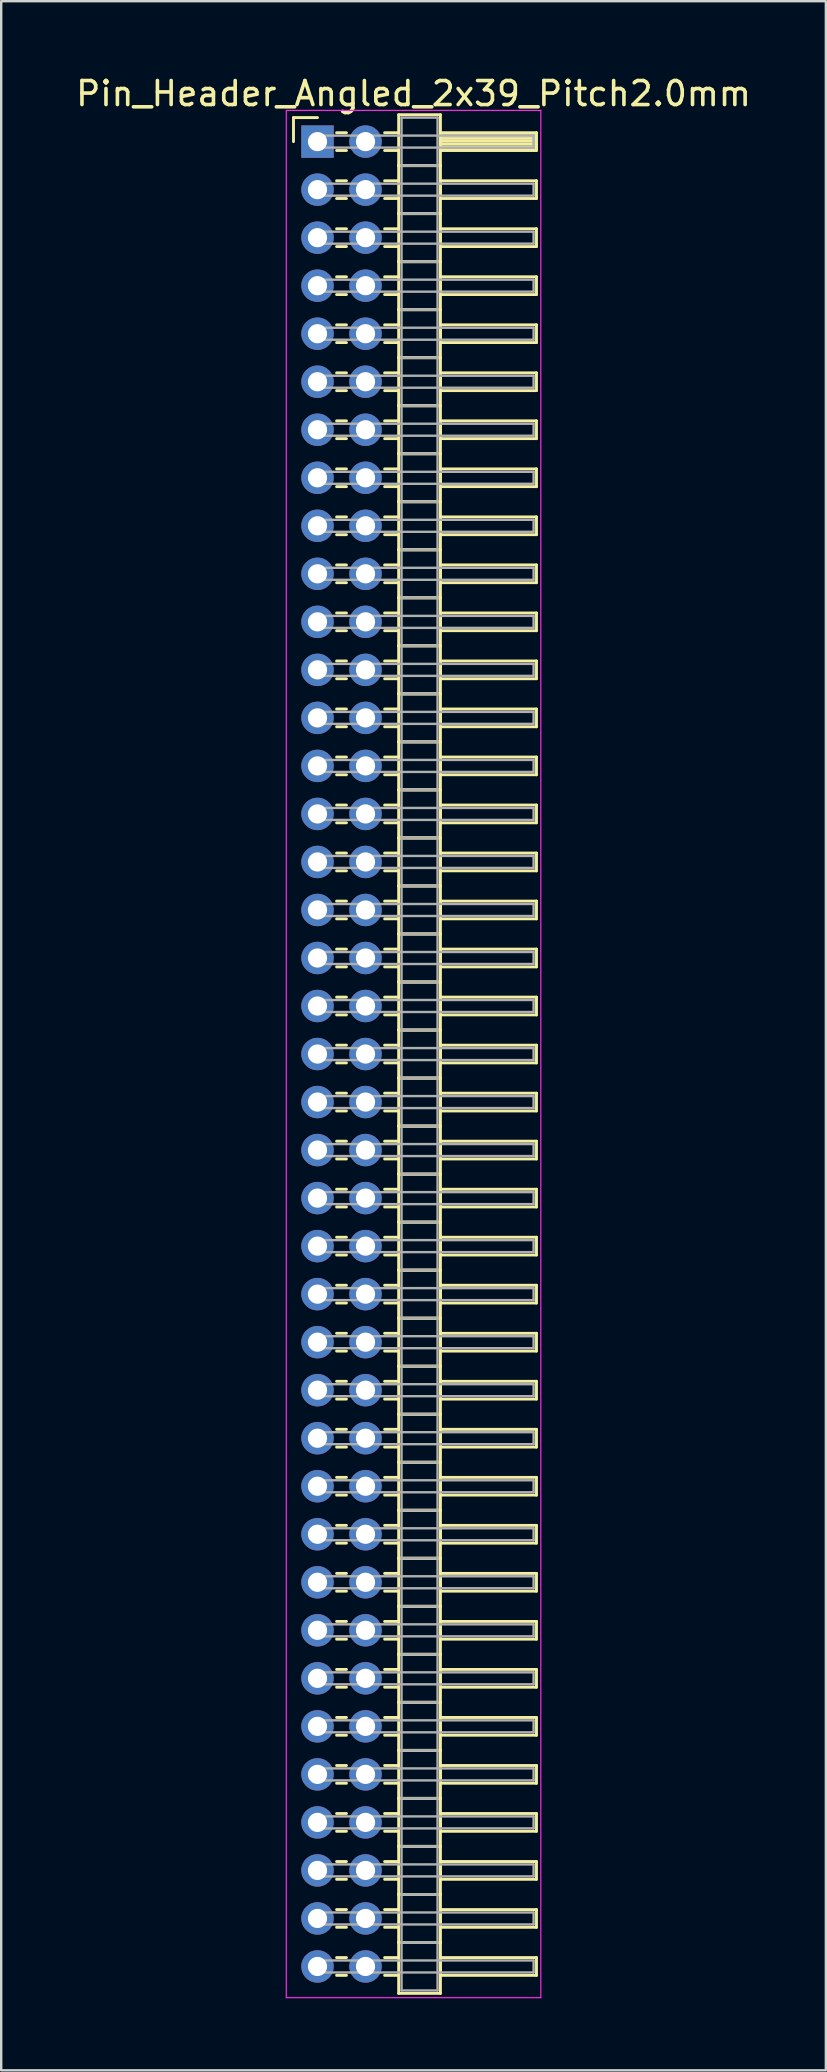
<source format=kicad_pcb>
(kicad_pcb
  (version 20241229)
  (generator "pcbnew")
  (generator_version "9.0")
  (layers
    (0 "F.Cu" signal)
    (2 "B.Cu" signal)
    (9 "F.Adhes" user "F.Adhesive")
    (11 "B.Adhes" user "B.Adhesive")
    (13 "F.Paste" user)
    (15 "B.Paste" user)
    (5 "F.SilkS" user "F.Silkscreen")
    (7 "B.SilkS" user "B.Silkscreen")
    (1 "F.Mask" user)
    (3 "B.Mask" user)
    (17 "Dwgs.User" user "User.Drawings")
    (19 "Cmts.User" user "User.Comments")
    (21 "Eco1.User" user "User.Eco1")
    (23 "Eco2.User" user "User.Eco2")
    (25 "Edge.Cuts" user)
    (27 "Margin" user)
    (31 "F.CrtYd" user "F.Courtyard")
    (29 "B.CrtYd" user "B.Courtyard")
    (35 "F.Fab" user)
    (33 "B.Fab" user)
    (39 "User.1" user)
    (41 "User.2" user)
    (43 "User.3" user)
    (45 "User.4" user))
  (footprint "Pin_Header_Angled_2x39_Pitch2.0mm"
    (layer "F.Cu")
    (at 10.173 2.848)
    (property "Reference" "Pin_Header_Angled_2x39_Pitch2.0mm" (at 4 -2 0) (layer "F.SilkS") (effects (font (size 1 1) (thickness 0.15))))
    (attr through_hole)
    (fp_line (start -1 -1) (end 0 -1) (stroke (width 0.12) (type solid)) (layer "F.SilkS"))
    (fp_line (start -1 0) (end -1 -1) (stroke (width 0.12) (type solid)) (layer "F.SilkS"))
    (fp_line (start 0.795 -0.37) (end 1.205 -0.37) (stroke (width 0.12) (type solid)) (layer "F.SilkS"))
    (fp_line (start 0.795 0.37) (end 1.205 0.37) (stroke (width 0.12) (type solid)) (layer "F.SilkS"))
    (fp_line (start 0.795 1.63) (end 1.205 1.63) (stroke (width 0.12) (type solid)) (layer "F.SilkS"))
    (fp_line (start 0.795 2.37) (end 1.205 2.37) (stroke (width 0.12) (type solid)) (layer "F.SilkS"))
    (fp_line (start 0.795 3.63) (end 1.205 3.63) (stroke (width 0.12) (type solid)) (layer "F.SilkS"))
    (fp_line (start 0.795 4.37) (end 1.205 4.37) (stroke (width 0.12) (type solid)) (layer "F.SilkS"))
    (fp_line (start 0.795 5.63) (end 1.205 5.63) (stroke (width 0.12) (type solid)) (layer "F.SilkS"))
    (fp_line (start 0.795 6.37) (end 1.205 6.37) (stroke (width 0.12) (type solid)) (layer "F.SilkS"))
    (fp_line (start 0.795 7.63) (end 1.205 7.63) (stroke (width 0.12) (type solid)) (layer "F.SilkS"))
    (fp_line (start 0.795 8.37) (end 1.205 8.37) (stroke (width 0.12) (type solid)) (layer "F.SilkS"))
    (fp_line (start 0.795 9.63) (end 1.205 9.63) (stroke (width 0.12) (type solid)) (layer "F.SilkS"))
    (fp_line (start 0.795 10.37) (end 1.205 10.37) (stroke (width 0.12) (type solid)) (layer "F.SilkS"))
    (fp_line (start 0.795 11.63) (end 1.205 11.63) (stroke (width 0.12) (type solid)) (layer "F.SilkS"))
    (fp_line (start 0.795 12.37) (end 1.205 12.37) (stroke (width 0.12) (type solid)) (layer "F.SilkS"))
    (fp_line (start 0.795 13.63) (end 1.205 13.63) (stroke (width 0.12) (type solid)) (layer "F.SilkS"))
    (fp_line (start 0.795 14.37) (end 1.205 14.37) (stroke (width 0.12) (type solid)) (layer "F.SilkS"))
    (fp_line (start 0.795 15.63) (end 1.205 15.63) (stroke (width 0.12) (type solid)) (layer "F.SilkS"))
    (fp_line (start 0.795 16.37) (end 1.205 16.37) (stroke (width 0.12) (type solid)) (layer "F.SilkS"))
    (fp_line (start 0.795 17.63) (end 1.205 17.63) (stroke (width 0.12) (type solid)) (layer "F.SilkS"))
    (fp_line (start 0.795 18.37) (end 1.205 18.37) (stroke (width 0.12) (type solid)) (layer "F.SilkS"))
    (fp_line (start 0.795 19.63) (end 1.205 19.63) (stroke (width 0.12) (type solid)) (layer "F.SilkS"))
    (fp_line (start 0.795 20.37) (end 1.205 20.37) (stroke (width 0.12) (type solid)) (layer "F.SilkS"))
    (fp_line (start 0.795 21.63) (end 1.205 21.63) (stroke (width 0.12) (type solid)) (layer "F.SilkS"))
    (fp_line (start 0.795 22.37) (end 1.205 22.37) (stroke (width 0.12) (type solid)) (layer "F.SilkS"))
    (fp_line (start 0.795 23.63) (end 1.205 23.63) (stroke (width 0.12) (type solid)) (layer "F.SilkS"))
    (fp_line (start 0.795 24.37) (end 1.205 24.37) (stroke (width 0.12) (type solid)) (layer "F.SilkS"))
    (fp_line (start 0.795 25.63) (end 1.205 25.63) (stroke (width 0.12) (type solid)) (layer "F.SilkS"))
    (fp_line (start 0.795 26.37) (end 1.205 26.37) (stroke (width 0.12) (type solid)) (layer "F.SilkS"))
    (fp_line (start 0.795 27.63) (end 1.205 27.63) (stroke (width 0.12) (type solid)) (layer "F.SilkS"))
    (fp_line (start 0.795 28.37) (end 1.205 28.37) (stroke (width 0.12) (type solid)) (layer "F.SilkS"))
    (fp_line (start 0.795 29.63) (end 1.205 29.63) (stroke (width 0.12) (type solid)) (layer "F.SilkS"))
    (fp_line (start 0.795 30.37) (end 1.205 30.37) (stroke (width 0.12) (type solid)) (layer "F.SilkS"))
    (fp_line (start 0.795 31.63) (end 1.205 31.63) (stroke (width 0.12) (type solid)) (layer "F.SilkS"))
    (fp_line (start 0.795 32.37) (end 1.205 32.37) (stroke (width 0.12) (type solid)) (layer "F.SilkS"))
    (fp_line (start 0.795 33.63) (end 1.205 33.63) (stroke (width 0.12) (type solid)) (layer "F.SilkS"))
    (fp_line (start 0.795 34.37) (end 1.205 34.37) (stroke (width 0.12) (type solid)) (layer "F.SilkS"))
    (fp_line (start 0.795 35.63) (end 1.205 35.63) (stroke (width 0.12) (type solid)) (layer "F.SilkS"))
    (fp_line (start 0.795 36.37) (end 1.205 36.37) (stroke (width 0.12) (type solid)) (layer "F.SilkS"))
    (fp_line (start 0.795 37.63) (end 1.205 37.63) (stroke (width 0.12) (type solid)) (layer "F.SilkS"))
    (fp_line (start 0.795 38.37) (end 1.205 38.37) (stroke (width 0.12) (type solid)) (layer "F.SilkS"))
    (fp_line (start 0.795 39.63) (end 1.205 39.63) (stroke (width 0.12) (type solid)) (layer "F.SilkS"))
    (fp_line (start 0.795 40.37) (end 1.205 40.37) (stroke (width 0.12) (type solid)) (layer "F.SilkS"))
    (fp_line (start 0.795 41.63) (end 1.205 41.63) (stroke (width 0.12) (type solid)) (layer "F.SilkS"))
    (fp_line (start 0.795 42.37) (end 1.205 42.37) (stroke (width 0.12) (type solid)) (layer "F.SilkS"))
    (fp_line (start 0.795 43.63) (end 1.205 43.63) (stroke (width 0.12) (type solid)) (layer "F.SilkS"))
    (fp_line (start 0.795 44.37) (end 1.205 44.37) (stroke (width 0.12) (type solid)) (layer "F.SilkS"))
    (fp_line (start 0.795 45.63) (end 1.205 45.63) (stroke (width 0.12) (type solid)) (layer "F.SilkS"))
    (fp_line (start 0.795 46.37) (end 1.205 46.37) (stroke (width 0.12) (type solid)) (layer "F.SilkS"))
    (fp_line (start 0.795 47.63) (end 1.205 47.63) (stroke (width 0.12) (type solid)) (layer "F.SilkS"))
    (fp_line (start 0.795 48.37) (end 1.205 48.37) (stroke (width 0.12) (type solid)) (layer "F.SilkS"))
    (fp_line (start 0.795 49.63) (end 1.205 49.63) (stroke (width 0.12) (type solid)) (layer "F.SilkS"))
    (fp_line (start 0.795 50.37) (end 1.205 50.37) (stroke (width 0.12) (type solid)) (layer "F.SilkS"))
    (fp_line (start 0.795 51.63) (end 1.205 51.63) (stroke (width 0.12) (type solid)) (layer "F.SilkS"))
    (fp_line (start 0.795 52.37) (end 1.205 52.37) (stroke (width 0.12) (type solid)) (layer "F.SilkS"))
    (fp_line (start 0.795 53.63) (end 1.205 53.63) (stroke (width 0.12) (type solid)) (layer "F.SilkS"))
    (fp_line (start 0.795 54.37) (end 1.205 54.37) (stroke (width 0.12) (type solid)) (layer "F.SilkS"))
    (fp_line (start 0.795 55.63) (end 1.205 55.63) (stroke (width 0.12) (type solid)) (layer "F.SilkS"))
    (fp_line (start 0.795 56.37) (end 1.205 56.37) (stroke (width 0.12) (type solid)) (layer "F.SilkS"))
    (fp_line (start 0.795 57.63) (end 1.205 57.63) (stroke (width 0.12) (type solid)) (layer "F.SilkS"))
    (fp_line (start 0.795 58.37) (end 1.205 58.37) (stroke (width 0.12) (type solid)) (layer "F.SilkS"))
    (fp_line (start 0.795 59.63) (end 1.205 59.63) (stroke (width 0.12) (type solid)) (layer "F.SilkS"))
    (fp_line (start 0.795 60.37) (end 1.205 60.37) (stroke (width 0.12) (type solid)) (layer "F.SilkS"))
    (fp_line (start 0.795 61.63) (end 1.205 61.63) (stroke (width 0.12) (type solid)) (layer "F.SilkS"))
    (fp_line (start 0.795 62.37) (end 1.205 62.37) (stroke (width 0.12) (type solid)) (layer "F.SilkS"))
    (fp_line (start 0.795 63.63) (end 1.205 63.63) (stroke (width 0.12) (type solid)) (layer "F.SilkS"))
    (fp_line (start 0.795 64.37) (end 1.205 64.37) (stroke (width 0.12) (type solid)) (layer "F.SilkS"))
    (fp_line (start 0.795 65.63) (end 1.205 65.63) (stroke (width 0.12) (type solid)) (layer "F.SilkS"))
    (fp_line (start 0.795 66.37) (end 1.205 66.37) (stroke (width 0.12) (type solid)) (layer "F.SilkS"))
    (fp_line (start 0.795 67.63) (end 1.205 67.63) (stroke (width 0.12) (type solid)) (layer "F.SilkS"))
    (fp_line (start 0.795 68.37) (end 1.205 68.37) (stroke (width 0.12) (type solid)) (layer "F.SilkS"))
    (fp_line (start 0.795 69.63) (end 1.205 69.63) (stroke (width 0.12) (type solid)) (layer "F.SilkS"))
    (fp_line (start 0.795 70.37) (end 1.205 70.37) (stroke (width 0.12) (type solid)) (layer "F.SilkS"))
    (fp_line (start 0.795 71.63) (end 1.205 71.63) (stroke (width 0.12) (type solid)) (layer "F.SilkS"))
    (fp_line (start 0.795 72.37) (end 1.205 72.37) (stroke (width 0.12) (type solid)) (layer "F.SilkS"))
    (fp_line (start 0.795 73.63) (end 1.205 73.63) (stroke (width 0.12) (type solid)) (layer "F.SilkS"))
    (fp_line (start 0.795 74.37) (end 1.205 74.37) (stroke (width 0.12) (type solid)) (layer "F.SilkS"))
    (fp_line (start 0.795 75.63) (end 1.205 75.63) (stroke (width 0.12) (type solid)) (layer "F.SilkS"))
    (fp_line (start 0.795 76.37) (end 1.205 76.37) (stroke (width 0.12) (type solid)) (layer "F.SilkS"))
    (fp_line (start 2.795 -0.37) (end 3.38 -0.37) (stroke (width 0.12) (type solid)) (layer "F.SilkS"))
    (fp_line (start 2.795 0.37) (end 3.38 0.37) (stroke (width 0.12) (type solid)) (layer "F.SilkS"))
    (fp_line (start 2.795 1.63) (end 3.38 1.63) (stroke (width 0.12) (type solid)) (layer "F.SilkS"))
    (fp_line (start 2.795 2.37) (end 3.38 2.37) (stroke (width 0.12) (type solid)) (layer "F.SilkS"))
    (fp_line (start 2.795 3.63) (end 3.38 3.63) (stroke (width 0.12) (type solid)) (layer "F.SilkS"))
    (fp_line (start 2.795 4.37) (end 3.38 4.37) (stroke (width 0.12) (type solid)) (layer "F.SilkS"))
    (fp_line (start 2.795 5.63) (end 3.38 5.63) (stroke (width 0.12) (type solid)) (layer "F.SilkS"))
    (fp_line (start 2.795 6.37) (end 3.38 6.37) (stroke (width 0.12) (type solid)) (layer "F.SilkS"))
    (fp_line (start 2.795 7.63) (end 3.38 7.63) (stroke (width 0.12) (type solid)) (layer "F.SilkS"))
    (fp_line (start 2.795 8.37) (end 3.38 8.37) (stroke (width 0.12) (type solid)) (layer "F.SilkS"))
    (fp_line (start 2.795 9.63) (end 3.38 9.63) (stroke (width 0.12) (type solid)) (layer "F.SilkS"))
    (fp_line (start 2.795 10.37) (end 3.38 10.37) (stroke (width 0.12) (type solid)) (layer "F.SilkS"))
    (fp_line (start 2.795 11.63) (end 3.38 11.63) (stroke (width 0.12) (type solid)) (layer "F.SilkS"))
    (fp_line (start 2.795 12.37) (end 3.38 12.37) (stroke (width 0.12) (type solid)) (layer "F.SilkS"))
    (fp_line (start 2.795 13.63) (end 3.38 13.63) (stroke (width 0.12) (type solid)) (layer "F.SilkS"))
    (fp_line (start 2.795 14.37) (end 3.38 14.37) (stroke (width 0.12) (type solid)) (layer "F.SilkS"))
    (fp_line (start 2.795 15.63) (end 3.38 15.63) (stroke (width 0.12) (type solid)) (layer "F.SilkS"))
    (fp_line (start 2.795 16.37) (end 3.38 16.37) (stroke (width 0.12) (type solid)) (layer "F.SilkS"))
    (fp_line (start 2.795 17.63) (end 3.38 17.63) (stroke (width 0.12) (type solid)) (layer "F.SilkS"))
    (fp_line (start 2.795 18.37) (end 3.38 18.37) (stroke (width 0.12) (type solid)) (layer "F.SilkS"))
    (fp_line (start 2.795 19.63) (end 3.38 19.63) (stroke (width 0.12) (type solid)) (layer "F.SilkS"))
    (fp_line (start 2.795 20.37) (end 3.38 20.37) (stroke (width 0.12) (type solid)) (layer "F.SilkS"))
    (fp_line (start 2.795 21.63) (end 3.38 21.63) (stroke (width 0.12) (type solid)) (layer "F.SilkS"))
    (fp_line (start 2.795 22.37) (end 3.38 22.37) (stroke (width 0.12) (type solid)) (layer "F.SilkS"))
    (fp_line (start 2.795 23.63) (end 3.38 23.63) (stroke (width 0.12) (type solid)) (layer "F.SilkS"))
    (fp_line (start 2.795 24.37) (end 3.38 24.37) (stroke (width 0.12) (type solid)) (layer "F.SilkS"))
    (fp_line (start 2.795 25.63) (end 3.38 25.63) (stroke (width 0.12) (type solid)) (layer "F.SilkS"))
    (fp_line (start 2.795 26.37) (end 3.38 26.37) (stroke (width 0.12) (type solid)) (layer "F.SilkS"))
    (fp_line (start 2.795 27.63) (end 3.38 27.63) (stroke (width 0.12) (type solid)) (layer "F.SilkS"))
    (fp_line (start 2.795 28.37) (end 3.38 28.37) (stroke (width 0.12) (type solid)) (layer "F.SilkS"))
    (fp_line (start 2.795 29.63) (end 3.38 29.63) (stroke (width 0.12) (type solid)) (layer "F.SilkS"))
    (fp_line (start 2.795 30.37) (end 3.38 30.37) (stroke (width 0.12) (type solid)) (layer "F.SilkS"))
    (fp_line (start 2.795 31.63) (end 3.38 31.63) (stroke (width 0.12) (type solid)) (layer "F.SilkS"))
    (fp_line (start 2.795 32.37) (end 3.38 32.37) (stroke (width 0.12) (type solid)) (layer "F.SilkS"))
    (fp_line (start 2.795 33.63) (end 3.38 33.63) (stroke (width 0.12) (type solid)) (layer "F.SilkS"))
    (fp_line (start 2.795 34.37) (end 3.38 34.37) (stroke (width 0.12) (type solid)) (layer "F.SilkS"))
    (fp_line (start 2.795 35.63) (end 3.38 35.63) (stroke (width 0.12) (type solid)) (layer "F.SilkS"))
    (fp_line (start 2.795 36.37) (end 3.38 36.37) (stroke (width 0.12) (type solid)) (layer "F.SilkS"))
    (fp_line (start 2.795 37.63) (end 3.38 37.63) (stroke (width 0.12) (type solid)) (layer "F.SilkS"))
    (fp_line (start 2.795 38.37) (end 3.38 38.37) (stroke (width 0.12) (type solid)) (layer "F.SilkS"))
    (fp_line (start 2.795 39.63) (end 3.38 39.63) (stroke (width 0.12) (type solid)) (layer "F.SilkS"))
    (fp_line (start 2.795 40.37) (end 3.38 40.37) (stroke (width 0.12) (type solid)) (layer "F.SilkS"))
    (fp_line (start 2.795 41.63) (end 3.38 41.63) (stroke (width 0.12) (type solid)) (layer "F.SilkS"))
    (fp_line (start 2.795 42.37) (end 3.38 42.37) (stroke (width 0.12) (type solid)) (layer "F.SilkS"))
    (fp_line (start 2.795 43.63) (end 3.38 43.63) (stroke (width 0.12) (type solid)) (layer "F.SilkS"))
    (fp_line (start 2.795 44.37) (end 3.38 44.37) (stroke (width 0.12) (type solid)) (layer "F.SilkS"))
    (fp_line (start 2.795 45.63) (end 3.38 45.63) (stroke (width 0.12) (type solid)) (layer "F.SilkS"))
    (fp_line (start 2.795 46.37) (end 3.38 46.37) (stroke (width 0.12) (type solid)) (layer "F.SilkS"))
    (fp_line (start 2.795 47.63) (end 3.38 47.63) (stroke (width 0.12) (type solid)) (layer "F.SilkS"))
    (fp_line (start 2.795 48.37) (end 3.38 48.37) (stroke (width 0.12) (type solid)) (layer "F.SilkS"))
    (fp_line (start 2.795 49.63) (end 3.38 49.63) (stroke (width 0.12) (type solid)) (layer "F.SilkS"))
    (fp_line (start 2.795 50.37) (end 3.38 50.37) (stroke (width 0.12) (type solid)) (layer "F.SilkS"))
    (fp_line (start 2.795 51.63) (end 3.38 51.63) (stroke (width 0.12) (type solid)) (layer "F.SilkS"))
    (fp_line (start 2.795 52.37) (end 3.38 52.37) (stroke (width 0.12) (type solid)) (layer "F.SilkS"))
    (fp_line (start 2.795 53.63) (end 3.38 53.63) (stroke (width 0.12) (type solid)) (layer "F.SilkS"))
    (fp_line (start 2.795 54.37) (end 3.38 54.37) (stroke (width 0.12) (type solid)) (layer "F.SilkS"))
    (fp_line (start 2.795 55.63) (end 3.38 55.63) (stroke (width 0.12) (type solid)) (layer "F.SilkS"))
    (fp_line (start 2.795 56.37) (end 3.38 56.37) (stroke (width 0.12) (type solid)) (layer "F.SilkS"))
    (fp_line (start 2.795 57.63) (end 3.38 57.63) (stroke (width 0.12) (type solid)) (layer "F.SilkS"))
    (fp_line (start 2.795 58.37) (end 3.38 58.37) (stroke (width 0.12) (type solid)) (layer "F.SilkS"))
    (fp_line (start 2.795 59.63) (end 3.38 59.63) (stroke (width 0.12) (type solid)) (layer "F.SilkS"))
    (fp_line (start 2.795 60.37) (end 3.38 60.37) (stroke (width 0.12) (type solid)) (layer "F.SilkS"))
    (fp_line (start 2.795 61.63) (end 3.38 61.63) (stroke (width 0.12) (type solid)) (layer "F.SilkS"))
    (fp_line (start 2.795 62.37) (end 3.38 62.37) (stroke (width 0.12) (type solid)) (layer "F.SilkS"))
    (fp_line (start 2.795 63.63) (end 3.38 63.63) (stroke (width 0.12) (type solid)) (layer "F.SilkS"))
    (fp_line (start 2.795 64.37) (end 3.38 64.37) (stroke (width 0.12) (type solid)) (layer "F.SilkS"))
    (fp_line (start 2.795 65.63) (end 3.38 65.63) (stroke (width 0.12) (type solid)) (layer "F.SilkS"))
    (fp_line (start 2.795 66.37) (end 3.38 66.37) (stroke (width 0.12) (type solid)) (layer "F.SilkS"))
    (fp_line (start 2.795 67.63) (end 3.38 67.63) (stroke (width 0.12) (type solid)) (layer "F.SilkS"))
    (fp_line (start 2.795 68.37) (end 3.38 68.37) (stroke (width 0.12) (type solid)) (layer "F.SilkS"))
    (fp_line (start 2.795 69.63) (end 3.38 69.63) (stroke (width 0.12) (type solid)) (layer "F.SilkS"))
    (fp_line (start 2.795 70.37) (end 3.38 70.37) (stroke (width 0.12) (type solid)) (layer "F.SilkS"))
    (fp_line (start 2.795 71.63) (end 3.38 71.63) (stroke (width 0.12) (type solid)) (layer "F.SilkS"))
    (fp_line (start 2.795 72.37) (end 3.38 72.37) (stroke (width 0.12) (type solid)) (layer "F.SilkS"))
    (fp_line (start 2.795 73.63) (end 3.38 73.63) (stroke (width 0.12) (type solid)) (layer "F.SilkS"))
    (fp_line (start 2.795 74.37) (end 3.38 74.37) (stroke (width 0.12) (type solid)) (layer "F.SilkS"))
    (fp_line (start 2.795 75.63) (end 3.38 75.63) (stroke (width 0.12) (type solid)) (layer "F.SilkS"))
    (fp_line (start 2.795 76.37) (end 3.38 76.37) (stroke (width 0.12) (type solid)) (layer "F.SilkS"))
    (fp_line (start 3.38 -1.12) (end 3.38 1) (stroke (width 0.12) (type solid)) (layer "F.SilkS"))
    (fp_line (start 3.38 1) (end 3.38 3) (stroke (width 0.12) (type solid)) (layer "F.SilkS"))
    (fp_line (start 3.38 1) (end 5.12 1) (stroke (width 0.12) (type solid)) (layer "F.SilkS"))
    (fp_line (start 3.38 3) (end 3.38 5) (stroke (width 0.12) (type solid)) (layer "F.SilkS"))
    (fp_line (start 3.38 3) (end 5.12 3) (stroke (width 0.12) (type solid)) (layer "F.SilkS"))
    (fp_line (start 3.38 5) (end 3.38 7) (stroke (width 0.12) (type solid)) (layer "F.SilkS"))
    (fp_line (start 3.38 5) (end 5.12 5) (stroke (width 0.12) (type solid)) (layer "F.SilkS"))
    (fp_line (start 3.38 7) (end 3.38 9) (stroke (width 0.12) (type solid)) (layer "F.SilkS"))
    (fp_line (start 3.38 7) (end 5.12 7) (stroke (width 0.12) (type solid)) (layer "F.SilkS"))
    (fp_line (start 3.38 9) (end 3.38 11) (stroke (width 0.12) (type solid)) (layer "F.SilkS"))
    (fp_line (start 3.38 9) (end 5.12 9) (stroke (width 0.12) (type solid)) (layer "F.SilkS"))
    (fp_line (start 3.38 11) (end 3.38 13) (stroke (width 0.12) (type solid)) (layer "F.SilkS"))
    (fp_line (start 3.38 11) (end 5.12 11) (stroke (width 0.12) (type solid)) (layer "F.SilkS"))
    (fp_line (start 3.38 13) (end 3.38 15) (stroke (width 0.12) (type solid)) (layer "F.SilkS"))
    (fp_line (start 3.38 13) (end 5.12 13) (stroke (width 0.12) (type solid)) (layer "F.SilkS"))
    (fp_line (start 3.38 15) (end 3.38 17) (stroke (width 0.12) (type solid)) (layer "F.SilkS"))
    (fp_line (start 3.38 15) (end 5.12 15) (stroke (width 0.12) (type solid)) (layer "F.SilkS"))
    (fp_line (start 3.38 17) (end 3.38 19) (stroke (width 0.12) (type solid)) (layer "F.SilkS"))
    (fp_line (start 3.38 17) (end 5.12 17) (stroke (width 0.12) (type solid)) (layer "F.SilkS"))
    (fp_line (start 3.38 19) (end 3.38 21) (stroke (width 0.12) (type solid)) (layer "F.SilkS"))
    (fp_line (start 3.38 19) (end 5.12 19) (stroke (width 0.12) (type solid)) (layer "F.SilkS"))
    (fp_line (start 3.38 21) (end 3.38 23) (stroke (width 0.12) (type solid)) (layer "F.SilkS"))
    (fp_line (start 3.38 21) (end 5.12 21) (stroke (width 0.12) (type solid)) (layer "F.SilkS"))
    (fp_line (start 3.38 23) (end 3.38 25) (stroke (width 0.12) (type solid)) (layer "F.SilkS"))
    (fp_line (start 3.38 23) (end 5.12 23) (stroke (width 0.12) (type solid)) (layer "F.SilkS"))
    (fp_line (start 3.38 25) (end 3.38 27) (stroke (width 0.12) (type solid)) (layer "F.SilkS"))
    (fp_line (start 3.38 25) (end 5.12 25) (stroke (width 0.12) (type solid)) (layer "F.SilkS"))
    (fp_line (start 3.38 27) (end 3.38 29) (stroke (width 0.12) (type solid)) (layer "F.SilkS"))
    (fp_line (start 3.38 27) (end 5.12 27) (stroke (width 0.12) (type solid)) (layer "F.SilkS"))
    (fp_line (start 3.38 29) (end 3.38 31) (stroke (width 0.12) (type solid)) (layer "F.SilkS"))
    (fp_line (start 3.38 29) (end 5.12 29) (stroke (width 0.12) (type solid)) (layer "F.SilkS"))
    (fp_line (start 3.38 31) (end 3.38 33) (stroke (width 0.12) (type solid)) (layer "F.SilkS"))
    (fp_line (start 3.38 31) (end 5.12 31) (stroke (width 0.12) (type solid)) (layer "F.SilkS"))
    (fp_line (start 3.38 33) (end 3.38 35) (stroke (width 0.12) (type solid)) (layer "F.SilkS"))
    (fp_line (start 3.38 33) (end 5.12 33) (stroke (width 0.12) (type solid)) (layer "F.SilkS"))
    (fp_line (start 3.38 35) (end 3.38 37) (stroke (width 0.12) (type solid)) (layer "F.SilkS"))
    (fp_line (start 3.38 35) (end 5.12 35) (stroke (width 0.12) (type solid)) (layer "F.SilkS"))
    (fp_line (start 3.38 37) (end 3.38 39) (stroke (width 0.12) (type solid)) (layer "F.SilkS"))
    (fp_line (start 3.38 37) (end 5.12 37) (stroke (width 0.12) (type solid)) (layer "F.SilkS"))
    (fp_line (start 3.38 39) (end 3.38 41) (stroke (width 0.12) (type solid)) (layer "F.SilkS"))
    (fp_line (start 3.38 39) (end 5.12 39) (stroke (width 0.12) (type solid)) (layer "F.SilkS"))
    (fp_line (start 3.38 41) (end 3.38 43) (stroke (width 0.12) (type solid)) (layer "F.SilkS"))
    (fp_line (start 3.38 41) (end 5.12 41) (stroke (width 0.12) (type solid)) (layer "F.SilkS"))
    (fp_line (start 3.38 43) (end 3.38 45) (stroke (width 0.12) (type solid)) (layer "F.SilkS"))
    (fp_line (start 3.38 43) (end 5.12 43) (stroke (width 0.12) (type solid)) (layer "F.SilkS"))
    (fp_line (start 3.38 45) (end 3.38 47) (stroke (width 0.12) (type solid)) (layer "F.SilkS"))
    (fp_line (start 3.38 45) (end 5.12 45) (stroke (width 0.12) (type solid)) (layer "F.SilkS"))
    (fp_line (start 3.38 47) (end 3.38 49) (stroke (width 0.12) (type solid)) (layer "F.SilkS"))
    (fp_line (start 3.38 47) (end 5.12 47) (stroke (width 0.12) (type solid)) (layer "F.SilkS"))
    (fp_line (start 3.38 49) (end 3.38 51) (stroke (width 0.12) (type solid)) (layer "F.SilkS"))
    (fp_line (start 3.38 49) (end 5.12 49) (stroke (width 0.12) (type solid)) (layer "F.SilkS"))
    (fp_line (start 3.38 51) (end 3.38 53) (stroke (width 0.12) (type solid)) (layer "F.SilkS"))
    (fp_line (start 3.38 51) (end 5.12 51) (stroke (width 0.12) (type solid)) (layer "F.SilkS"))
    (fp_line (start 3.38 53) (end 3.38 55) (stroke (width 0.12) (type solid)) (layer "F.SilkS"))
    (fp_line (start 3.38 53) (end 5.12 53) (stroke (width 0.12) (type solid)) (layer "F.SilkS"))
    (fp_line (start 3.38 55) (end 3.38 57) (stroke (width 0.12) (type solid)) (layer "F.SilkS"))
    (fp_line (start 3.38 55) (end 5.12 55) (stroke (width 0.12) (type solid)) (layer "F.SilkS"))
    (fp_line (start 3.38 57) (end 3.38 59) (stroke (width 0.12) (type solid)) (layer "F.SilkS"))
    (fp_line (start 3.38 57) (end 5.12 57) (stroke (width 0.12) (type solid)) (layer "F.SilkS"))
    (fp_line (start 3.38 59) (end 3.38 61) (stroke (width 0.12) (type solid)) (layer "F.SilkS"))
    (fp_line (start 3.38 59) (end 5.12 59) (stroke (width 0.12) (type solid)) (layer "F.SilkS"))
    (fp_line (start 3.38 61) (end 3.38 63) (stroke (width 0.12) (type solid)) (layer "F.SilkS"))
    (fp_line (start 3.38 61) (end 5.12 61) (stroke (width 0.12) (type solid)) (layer "F.SilkS"))
    (fp_line (start 3.38 63) (end 3.38 65) (stroke (width 0.12) (type solid)) (layer "F.SilkS"))
    (fp_line (start 3.38 63) (end 5.12 63) (stroke (width 0.12) (type solid)) (layer "F.SilkS"))
    (fp_line (start 3.38 65) (end 3.38 67) (stroke (width 0.12) (type solid)) (layer "F.SilkS"))
    (fp_line (start 3.38 65) (end 5.12 65) (stroke (width 0.12) (type solid)) (layer "F.SilkS"))
    (fp_line (start 3.38 67) (end 3.38 69) (stroke (width 0.12) (type solid)) (layer "F.SilkS"))
    (fp_line (start 3.38 67) (end 5.12 67) (stroke (width 0.12) (type solid)) (layer "F.SilkS"))
    (fp_line (start 3.38 69) (end 3.38 71) (stroke (width 0.12) (type solid)) (layer "F.SilkS"))
    (fp_line (start 3.38 69) (end 5.12 69) (stroke (width 0.12) (type solid)) (layer "F.SilkS"))
    (fp_line (start 3.38 71) (end 3.38 73) (stroke (width 0.12) (type solid)) (layer "F.SilkS"))
    (fp_line (start 3.38 71) (end 5.12 71) (stroke (width 0.12) (type solid)) (layer "F.SilkS"))
    (fp_line (start 3.38 73) (end 3.38 75) (stroke (width 0.12) (type solid)) (layer "F.SilkS"))
    (fp_line (start 3.38 73) (end 5.12 73) (stroke (width 0.12) (type solid)) (layer "F.SilkS"))
    (fp_line (start 3.38 75) (end 3.38 77.12) (stroke (width 0.12) (type solid)) (layer "F.SilkS"))
    (fp_line (start 3.38 75) (end 5.12 75) (stroke (width 0.12) (type solid)) (layer "F.SilkS"))
    (fp_line (start 3.38 77.12) (end 5.12 77.12) (stroke (width 0.12) (type solid)) (layer "F.SilkS"))
    (fp_line (start 5.12 -1.12) (end 3.38 -1.12) (stroke (width 0.12) (type solid)) (layer "F.SilkS"))
    (fp_line (start 5.12 -0.37) (end 5.12 0.37) (stroke (width 0.12) (type solid)) (layer "F.SilkS"))
    (fp_line (start 5.12 -0.25) (end 9.12 -0.25) (stroke (width 0.12) (type solid)) (layer "F.SilkS"))
    (fp_line (start 5.12 -0.13) (end 9.12 -0.13) (stroke (width 0.12) (type solid)) (layer "F.SilkS"))
    (fp_line (start 5.12 -0.01) (end 9.12 -0.01) (stroke (width 0.12) (type solid)) (layer "F.SilkS"))
    (fp_line (start 5.12 0.11) (end 9.12 0.11) (stroke (width 0.12) (type solid)) (layer "F.SilkS"))
    (fp_line (start 5.12 0.23) (end 9.12 0.23) (stroke (width 0.12) (type solid)) (layer "F.SilkS"))
    (fp_line (start 5.12 0.35) (end 9.12 0.35) (stroke (width 0.12) (type solid)) (layer "F.SilkS"))
    (fp_line (start 5.12 0.37) (end 9.12 0.37) (stroke (width 0.12) (type solid)) (layer "F.SilkS"))
    (fp_line (start 5.12 1) (end 3.38 1) (stroke (width 0.12) (type solid)) (layer "F.SilkS"))
    (fp_line (start 5.12 1) (end 5.12 -1.12) (stroke (width 0.12) (type solid)) (layer "F.SilkS"))
    (fp_line (start 5.12 1.63) (end 5.12 2.37) (stroke (width 0.12) (type solid)) (layer "F.SilkS"))
    (fp_line (start 5.12 2.37) (end 9.12 2.37) (stroke (width 0.12) (type solid)) (layer "F.SilkS"))
    (fp_line (start 5.12 3) (end 3.38 3) (stroke (width 0.12) (type solid)) (layer "F.SilkS"))
    (fp_line (start 5.12 3) (end 5.12 1) (stroke (width 0.12) (type solid)) (layer "F.SilkS"))
    (fp_line (start 5.12 3.63) (end 5.12 4.37) (stroke (width 0.12) (type solid)) (layer "F.SilkS"))
    (fp_line (start 5.12 4.37) (end 9.12 4.37) (stroke (width 0.12) (type solid)) (layer "F.SilkS"))
    (fp_line (start 5.12 5) (end 3.38 5) (stroke (width 0.12) (type solid)) (layer "F.SilkS"))
    (fp_line (start 5.12 5) (end 5.12 3) (stroke (width 0.12) (type solid)) (layer "F.SilkS"))
    (fp_line (start 5.12 5.63) (end 5.12 6.37) (stroke (width 0.12) (type solid)) (layer "F.SilkS"))
    (fp_line (start 5.12 6.37) (end 9.12 6.37) (stroke (width 0.12) (type solid)) (layer "F.SilkS"))
    (fp_line (start 5.12 7) (end 3.38 7) (stroke (width 0.12) (type solid)) (layer "F.SilkS"))
    (fp_line (start 5.12 7) (end 5.12 5) (stroke (width 0.12) (type solid)) (layer "F.SilkS"))
    (fp_line (start 5.12 7.63) (end 5.12 8.37) (stroke (width 0.12) (type solid)) (layer "F.SilkS"))
    (fp_line (start 5.12 8.37) (end 9.12 8.37) (stroke (width 0.12) (type solid)) (layer "F.SilkS"))
    (fp_line (start 5.12 9) (end 3.38 9) (stroke (width 0.12) (type solid)) (layer "F.SilkS"))
    (fp_line (start 5.12 9) (end 5.12 7) (stroke (width 0.12) (type solid)) (layer "F.SilkS"))
    (fp_line (start 5.12 9.63) (end 5.12 10.37) (stroke (width 0.12) (type solid)) (layer "F.SilkS"))
    (fp_line (start 5.12 10.37) (end 9.12 10.37) (stroke (width 0.12) (type solid)) (layer "F.SilkS"))
    (fp_line (start 5.12 11) (end 3.38 11) (stroke (width 0.12) (type solid)) (layer "F.SilkS"))
    (fp_line (start 5.12 11) (end 5.12 9) (stroke (width 0.12) (type solid)) (layer "F.SilkS"))
    (fp_line (start 5.12 11.63) (end 5.12 12.37) (stroke (width 0.12) (type solid)) (layer "F.SilkS"))
    (fp_line (start 5.12 12.37) (end 9.12 12.37) (stroke (width 0.12) (type solid)) (layer "F.SilkS"))
    (fp_line (start 5.12 13) (end 3.38 13) (stroke (width 0.12) (type solid)) (layer "F.SilkS"))
    (fp_line (start 5.12 13) (end 5.12 11) (stroke (width 0.12) (type solid)) (layer "F.SilkS"))
    (fp_line (start 5.12 13.63) (end 5.12 14.37) (stroke (width 0.12) (type solid)) (layer "F.SilkS"))
    (fp_line (start 5.12 14.37) (end 9.12 14.37) (stroke (width 0.12) (type solid)) (layer "F.SilkS"))
    (fp_line (start 5.12 15) (end 3.38 15) (stroke (width 0.12) (type solid)) (layer "F.SilkS"))
    (fp_line (start 5.12 15) (end 5.12 13) (stroke (width 0.12) (type solid)) (layer "F.SilkS"))
    (fp_line (start 5.12 15.63) (end 5.12 16.37) (stroke (width 0.12) (type solid)) (layer "F.SilkS"))
    (fp_line (start 5.12 16.37) (end 9.12 16.37) (stroke (width 0.12) (type solid)) (layer "F.SilkS"))
    (fp_line (start 5.12 17) (end 3.38 17) (stroke (width 0.12) (type solid)) (layer "F.SilkS"))
    (fp_line (start 5.12 17) (end 5.12 15) (stroke (width 0.12) (type solid)) (layer "F.SilkS"))
    (fp_line (start 5.12 17.63) (end 5.12 18.37) (stroke (width 0.12) (type solid)) (layer "F.SilkS"))
    (fp_line (start 5.12 18.37) (end 9.12 18.37) (stroke (width 0.12) (type solid)) (layer "F.SilkS"))
    (fp_line (start 5.12 19) (end 3.38 19) (stroke (width 0.12) (type solid)) (layer "F.SilkS"))
    (fp_line (start 5.12 19) (end 5.12 17) (stroke (width 0.12) (type solid)) (layer "F.SilkS"))
    (fp_line (start 5.12 19.63) (end 5.12 20.37) (stroke (width 0.12) (type solid)) (layer "F.SilkS"))
    (fp_line (start 5.12 20.37) (end 9.12 20.37) (stroke (width 0.12) (type solid)) (layer "F.SilkS"))
    (fp_line (start 5.12 21) (end 3.38 21) (stroke (width 0.12) (type solid)) (layer "F.SilkS"))
    (fp_line (start 5.12 21) (end 5.12 19) (stroke (width 0.12) (type solid)) (layer "F.SilkS"))
    (fp_line (start 5.12 21.63) (end 5.12 22.37) (stroke (width 0.12) (type solid)) (layer "F.SilkS"))
    (fp_line (start 5.12 22.37) (end 9.12 22.37) (stroke (width 0.12) (type solid)) (layer "F.SilkS"))
    (fp_line (start 5.12 23) (end 3.38 23) (stroke (width 0.12) (type solid)) (layer "F.SilkS"))
    (fp_line (start 5.12 23) (end 5.12 21) (stroke (width 0.12) (type solid)) (layer "F.SilkS"))
    (fp_line (start 5.12 23.63) (end 5.12 24.37) (stroke (width 0.12) (type solid)) (layer "F.SilkS"))
    (fp_line (start 5.12 24.37) (end 9.12 24.37) (stroke (width 0.12) (type solid)) (layer "F.SilkS"))
    (fp_line (start 5.12 25) (end 3.38 25) (stroke (width 0.12) (type solid)) (layer "F.SilkS"))
    (fp_line (start 5.12 25) (end 5.12 23) (stroke (width 0.12) (type solid)) (layer "F.SilkS"))
    (fp_line (start 5.12 25.63) (end 5.12 26.37) (stroke (width 0.12) (type solid)) (layer "F.SilkS"))
    (fp_line (start 5.12 26.37) (end 9.12 26.37) (stroke (width 0.12) (type solid)) (layer "F.SilkS"))
    (fp_line (start 5.12 27) (end 3.38 27) (stroke (width 0.12) (type solid)) (layer "F.SilkS"))
    (fp_line (start 5.12 27) (end 5.12 25) (stroke (width 0.12) (type solid)) (layer "F.SilkS"))
    (fp_line (start 5.12 27.63) (end 5.12 28.37) (stroke (width 0.12) (type solid)) (layer "F.SilkS"))
    (fp_line (start 5.12 28.37) (end 9.12 28.37) (stroke (width 0.12) (type solid)) (layer "F.SilkS"))
    (fp_line (start 5.12 29) (end 3.38 29) (stroke (width 0.12) (type solid)) (layer "F.SilkS"))
    (fp_line (start 5.12 29) (end 5.12 27) (stroke (width 0.12) (type solid)) (layer "F.SilkS"))
    (fp_line (start 5.12 29.63) (end 5.12 30.37) (stroke (width 0.12) (type solid)) (layer "F.SilkS"))
    (fp_line (start 5.12 30.37) (end 9.12 30.37) (stroke (width 0.12) (type solid)) (layer "F.SilkS"))
    (fp_line (start 5.12 31) (end 3.38 31) (stroke (width 0.12) (type solid)) (layer "F.SilkS"))
    (fp_line (start 5.12 31) (end 5.12 29) (stroke (width 0.12) (type solid)) (layer "F.SilkS"))
    (fp_line (start 5.12 31.63) (end 5.12 32.37) (stroke (width 0.12) (type solid)) (layer "F.SilkS"))
    (fp_line (start 5.12 32.37) (end 9.12 32.37) (stroke (width 0.12) (type solid)) (layer "F.SilkS"))
    (fp_line (start 5.12 33) (end 3.38 33) (stroke (width 0.12) (type solid)) (layer "F.SilkS"))
    (fp_line (start 5.12 33) (end 5.12 31) (stroke (width 0.12) (type solid)) (layer "F.SilkS"))
    (fp_line (start 5.12 33.63) (end 5.12 34.37) (stroke (width 0.12) (type solid)) (layer "F.SilkS"))
    (fp_line (start 5.12 34.37) (end 9.12 34.37) (stroke (width 0.12) (type solid)) (layer "F.SilkS"))
    (fp_line (start 5.12 35) (end 3.38 35) (stroke (width 0.12) (type solid)) (layer "F.SilkS"))
    (fp_line (start 5.12 35) (end 5.12 33) (stroke (width 0.12) (type solid)) (layer "F.SilkS"))
    (fp_line (start 5.12 35.63) (end 5.12 36.37) (stroke (width 0.12) (type solid)) (layer "F.SilkS"))
    (fp_line (start 5.12 36.37) (end 9.12 36.37) (stroke (width 0.12) (type solid)) (layer "F.SilkS"))
    (fp_line (start 5.12 37) (end 3.38 37) (stroke (width 0.12) (type solid)) (layer "F.SilkS"))
    (fp_line (start 5.12 37) (end 5.12 35) (stroke (width 0.12) (type solid)) (layer "F.SilkS"))
    (fp_line (start 5.12 37.63) (end 5.12 38.37) (stroke (width 0.12) (type solid)) (layer "F.SilkS"))
    (fp_line (start 5.12 38.37) (end 9.12 38.37) (stroke (width 0.12) (type solid)) (layer "F.SilkS"))
    (fp_line (start 5.12 39) (end 3.38 39) (stroke (width 0.12) (type solid)) (layer "F.SilkS"))
    (fp_line (start 5.12 39) (end 5.12 37) (stroke (width 0.12) (type solid)) (layer "F.SilkS"))
    (fp_line (start 5.12 39.63) (end 5.12 40.37) (stroke (width 0.12) (type solid)) (layer "F.SilkS"))
    (fp_line (start 5.12 40.37) (end 9.12 40.37) (stroke (width 0.12) (type solid)) (layer "F.SilkS"))
    (fp_line (start 5.12 41) (end 3.38 41) (stroke (width 0.12) (type solid)) (layer "F.SilkS"))
    (fp_line (start 5.12 41) (end 5.12 39) (stroke (width 0.12) (type solid)) (layer "F.SilkS"))
    (fp_line (start 5.12 41.63) (end 5.12 42.37) (stroke (width 0.12) (type solid)) (layer "F.SilkS"))
    (fp_line (start 5.12 42.37) (end 9.12 42.37) (stroke (width 0.12) (type solid)) (layer "F.SilkS"))
    (fp_line (start 5.12 43) (end 3.38 43) (stroke (width 0.12) (type solid)) (layer "F.SilkS"))
    (fp_line (start 5.12 43) (end 5.12 41) (stroke (width 0.12) (type solid)) (layer "F.SilkS"))
    (fp_line (start 5.12 43.63) (end 5.12 44.37) (stroke (width 0.12) (type solid)) (layer "F.SilkS"))
    (fp_line (start 5.12 44.37) (end 9.12 44.37) (stroke (width 0.12) (type solid)) (layer "F.SilkS"))
    (fp_line (start 5.12 45) (end 3.38 45) (stroke (width 0.12) (type solid)) (layer "F.SilkS"))
    (fp_line (start 5.12 45) (end 5.12 43) (stroke (width 0.12) (type solid)) (layer "F.SilkS"))
    (fp_line (start 5.12 45.63) (end 5.12 46.37) (stroke (width 0.12) (type solid)) (layer "F.SilkS"))
    (fp_line (start 5.12 46.37) (end 9.12 46.37) (stroke (width 0.12) (type solid)) (layer "F.SilkS"))
    (fp_line (start 5.12 47) (end 3.38 47) (stroke (width 0.12) (type solid)) (layer "F.SilkS"))
    (fp_line (start 5.12 47) (end 5.12 45) (stroke (width 0.12) (type solid)) (layer "F.SilkS"))
    (fp_line (start 5.12 47.63) (end 5.12 48.37) (stroke (width 0.12) (type solid)) (layer "F.SilkS"))
    (fp_line (start 5.12 48.37) (end 9.12 48.37) (stroke (width 0.12) (type solid)) (layer "F.SilkS"))
    (fp_line (start 5.12 49) (end 3.38 49) (stroke (width 0.12) (type solid)) (layer "F.SilkS"))
    (fp_line (start 5.12 49) (end 5.12 47) (stroke (width 0.12) (type solid)) (layer "F.SilkS"))
    (fp_line (start 5.12 49.63) (end 5.12 50.37) (stroke (width 0.12) (type solid)) (layer "F.SilkS"))
    (fp_line (start 5.12 50.37) (end 9.12 50.37) (stroke (width 0.12) (type solid)) (layer "F.SilkS"))
    (fp_line (start 5.12 51) (end 3.38 51) (stroke (width 0.12) (type solid)) (layer "F.SilkS"))
    (fp_line (start 5.12 51) (end 5.12 49) (stroke (width 0.12) (type solid)) (layer "F.SilkS"))
    (fp_line (start 5.12 51.63) (end 5.12 52.37) (stroke (width 0.12) (type solid)) (layer "F.SilkS"))
    (fp_line (start 5.12 52.37) (end 9.12 52.37) (stroke (width 0.12) (type solid)) (layer "F.SilkS"))
    (fp_line (start 5.12 53) (end 3.38 53) (stroke (width 0.12) (type solid)) (layer "F.SilkS"))
    (fp_line (start 5.12 53) (end 5.12 51) (stroke (width 0.12) (type solid)) (layer "F.SilkS"))
    (fp_line (start 5.12 53.63) (end 5.12 54.37) (stroke (width 0.12) (type solid)) (layer "F.SilkS"))
    (fp_line (start 5.12 54.37) (end 9.12 54.37) (stroke (width 0.12) (type solid)) (layer "F.SilkS"))
    (fp_line (start 5.12 55) (end 3.38 55) (stroke (width 0.12) (type solid)) (layer "F.SilkS"))
    (fp_line (start 5.12 55) (end 5.12 53) (stroke (width 0.12) (type solid)) (layer "F.SilkS"))
    (fp_line (start 5.12 55.63) (end 5.12 56.37) (stroke (width 0.12) (type solid)) (layer "F.SilkS"))
    (fp_line (start 5.12 56.37) (end 9.12 56.37) (stroke (width 0.12) (type solid)) (layer "F.SilkS"))
    (fp_line (start 5.12 57) (end 3.38 57) (stroke (width 0.12) (type solid)) (layer "F.SilkS"))
    (fp_line (start 5.12 57) (end 5.12 55) (stroke (width 0.12) (type solid)) (layer "F.SilkS"))
    (fp_line (start 5.12 57.63) (end 5.12 58.37) (stroke (width 0.12) (type solid)) (layer "F.SilkS"))
    (fp_line (start 5.12 58.37) (end 9.12 58.37) (stroke (width 0.12) (type solid)) (layer "F.SilkS"))
    (fp_line (start 5.12 59) (end 3.38 59) (stroke (width 0.12) (type solid)) (layer "F.SilkS"))
    (fp_line (start 5.12 59) (end 5.12 57) (stroke (width 0.12) (type solid)) (layer "F.SilkS"))
    (fp_line (start 5.12 59.63) (end 5.12 60.37) (stroke (width 0.12) (type solid)) (layer "F.SilkS"))
    (fp_line (start 5.12 60.37) (end 9.12 60.37) (stroke (width 0.12) (type solid)) (layer "F.SilkS"))
    (fp_line (start 5.12 61) (end 3.38 61) (stroke (width 0.12) (type solid)) (layer "F.SilkS"))
    (fp_line (start 5.12 61) (end 5.12 59) (stroke (width 0.12) (type solid)) (layer "F.SilkS"))
    (fp_line (start 5.12 61.63) (end 5.12 62.37) (stroke (width 0.12) (type solid)) (layer "F.SilkS"))
    (fp_line (start 5.12 62.37) (end 9.12 62.37) (stroke (width 0.12) (type solid)) (layer "F.SilkS"))
    (fp_line (start 5.12 63) (end 3.38 63) (stroke (width 0.12) (type solid)) (layer "F.SilkS"))
    (fp_line (start 5.12 63) (end 5.12 61) (stroke (width 0.12) (type solid)) (layer "F.SilkS"))
    (fp_line (start 5.12 63.63) (end 5.12 64.37) (stroke (width 0.12) (type solid)) (layer "F.SilkS"))
    (fp_line (start 5.12 64.37) (end 9.12 64.37) (stroke (width 0.12) (type solid)) (layer "F.SilkS"))
    (fp_line (start 5.12 65) (end 3.38 65) (stroke (width 0.12) (type solid)) (layer "F.SilkS"))
    (fp_line (start 5.12 65) (end 5.12 63) (stroke (width 0.12) (type solid)) (layer "F.SilkS"))
    (fp_line (start 5.12 65.63) (end 5.12 66.37) (stroke (width 0.12) (type solid)) (layer "F.SilkS"))
    (fp_line (start 5.12 66.37) (end 9.12 66.37) (stroke (width 0.12) (type solid)) (layer "F.SilkS"))
    (fp_line (start 5.12 67) (end 3.38 67) (stroke (width 0.12) (type solid)) (layer "F.SilkS"))
    (fp_line (start 5.12 67) (end 5.12 65) (stroke (width 0.12) (type solid)) (layer "F.SilkS"))
    (fp_line (start 5.12 67.63) (end 5.12 68.37) (stroke (width 0.12) (type solid)) (layer "F.SilkS"))
    (fp_line (start 5.12 68.37) (end 9.12 68.37) (stroke (width 0.12) (type solid)) (layer "F.SilkS"))
    (fp_line (start 5.12 69) (end 3.38 69) (stroke (width 0.12) (type solid)) (layer "F.SilkS"))
    (fp_line (start 5.12 69) (end 5.12 67) (stroke (width 0.12) (type solid)) (layer "F.SilkS"))
    (fp_line (start 5.12 69.63) (end 5.12 70.37) (stroke (width 0.12) (type solid)) (layer "F.SilkS"))
    (fp_line (start 5.12 70.37) (end 9.12 70.37) (stroke (width 0.12) (type solid)) (layer "F.SilkS"))
    (fp_line (start 5.12 71) (end 3.38 71) (stroke (width 0.12) (type solid)) (layer "F.SilkS"))
    (fp_line (start 5.12 71) (end 5.12 69) (stroke (width 0.12) (type solid)) (layer "F.SilkS"))
    (fp_line (start 5.12 71.63) (end 5.12 72.37) (stroke (width 0.12) (type solid)) (layer "F.SilkS"))
    (fp_line (start 5.12 72.37) (end 9.12 72.37) (stroke (width 0.12) (type solid)) (layer "F.SilkS"))
    (fp_line (start 5.12 73) (end 3.38 73) (stroke (width 0.12) (type solid)) (layer "F.SilkS"))
    (fp_line (start 5.12 73) (end 5.12 71) (stroke (width 0.12) (type solid)) (layer "F.SilkS"))
    (fp_line (start 5.12 73.63) (end 5.12 74.37) (stroke (width 0.12) (type solid)) (layer "F.SilkS"))
    (fp_line (start 5.12 74.37) (end 9.12 74.37) (stroke (width 0.12) (type solid)) (layer "F.SilkS"))
    (fp_line (start 5.12 75) (end 3.38 75) (stroke (width 0.12) (type solid)) (layer "F.SilkS"))
    (fp_line (start 5.12 75) (end 5.12 73) (stroke (width 0.12) (type solid)) (layer "F.SilkS"))
    (fp_line (start 5.12 75.63) (end 5.12 76.37) (stroke (width 0.12) (type solid)) (layer "F.SilkS"))
    (fp_line (start 5.12 76.37) (end 9.12 76.37) (stroke (width 0.12) (type solid)) (layer "F.SilkS"))
    (fp_line (start 5.12 77.12) (end 5.12 75) (stroke (width 0.12) (type solid)) (layer "F.SilkS"))
    (fp_line (start 9.12 -0.37) (end 5.12 -0.37) (stroke (width 0.12) (type solid)) (layer "F.SilkS"))
    (fp_line (start 9.12 0.37) (end 9.12 -0.37) (stroke (width 0.12) (type solid)) (layer "F.SilkS"))
    (fp_line (start 9.12 1.63) (end 5.12 1.63) (stroke (width 0.12) (type solid)) (layer "F.SilkS"))
    (fp_line (start 9.12 2.37) (end 9.12 1.63) (stroke (width 0.12) (type solid)) (layer "F.SilkS"))
    (fp_line (start 9.12 3.63) (end 5.12 3.63) (stroke (width 0.12) (type solid)) (layer "F.SilkS"))
    (fp_line (start 9.12 4.37) (end 9.12 3.63) (stroke (width 0.12) (type solid)) (layer "F.SilkS"))
    (fp_line (start 9.12 5.63) (end 5.12 5.63) (stroke (width 0.12) (type solid)) (layer "F.SilkS"))
    (fp_line (start 9.12 6.37) (end 9.12 5.63) (stroke (width 0.12) (type solid)) (layer "F.SilkS"))
    (fp_line (start 9.12 7.63) (end 5.12 7.63) (stroke (width 0.12) (type solid)) (layer "F.SilkS"))
    (fp_line (start 9.12 8.37) (end 9.12 7.63) (stroke (width 0.12) (type solid)) (layer "F.SilkS"))
    (fp_line (start 9.12 9.63) (end 5.12 9.63) (stroke (width 0.12) (type solid)) (layer "F.SilkS"))
    (fp_line (start 9.12 10.37) (end 9.12 9.63) (stroke (width 0.12) (type solid)) (layer "F.SilkS"))
    (fp_line (start 9.12 11.63) (end 5.12 11.63) (stroke (width 0.12) (type solid)) (layer "F.SilkS"))
    (fp_line (start 9.12 12.37) (end 9.12 11.63) (stroke (width 0.12) (type solid)) (layer "F.SilkS"))
    (fp_line (start 9.12 13.63) (end 5.12 13.63) (stroke (width 0.12) (type solid)) (layer "F.SilkS"))
    (fp_line (start 9.12 14.37) (end 9.12 13.63) (stroke (width 0.12) (type solid)) (layer "F.SilkS"))
    (fp_line (start 9.12 15.63) (end 5.12 15.63) (stroke (width 0.12) (type solid)) (layer "F.SilkS"))
    (fp_line (start 9.12 16.37) (end 9.12 15.63) (stroke (width 0.12) (type solid)) (layer "F.SilkS"))
    (fp_line (start 9.12 17.63) (end 5.12 17.63) (stroke (width 0.12) (type solid)) (layer "F.SilkS"))
    (fp_line (start 9.12 18.37) (end 9.12 17.63) (stroke (width 0.12) (type solid)) (layer "F.SilkS"))
    (fp_line (start 9.12 19.63) (end 5.12 19.63) (stroke (width 0.12) (type solid)) (layer "F.SilkS"))
    (fp_line (start 9.12 20.37) (end 9.12 19.63) (stroke (width 0.12) (type solid)) (layer "F.SilkS"))
    (fp_line (start 9.12 21.63) (end 5.12 21.63) (stroke (width 0.12) (type solid)) (layer "F.SilkS"))
    (fp_line (start 9.12 22.37) (end 9.12 21.63) (stroke (width 0.12) (type solid)) (layer "F.SilkS"))
    (fp_line (start 9.12 23.63) (end 5.12 23.63) (stroke (width 0.12) (type solid)) (layer "F.SilkS"))
    (fp_line (start 9.12 24.37) (end 9.12 23.63) (stroke (width 0.12) (type solid)) (layer "F.SilkS"))
    (fp_line (start 9.12 25.63) (end 5.12 25.63) (stroke (width 0.12) (type solid)) (layer "F.SilkS"))
    (fp_line (start 9.12 26.37) (end 9.12 25.63) (stroke (width 0.12) (type solid)) (layer "F.SilkS"))
    (fp_line (start 9.12 27.63) (end 5.12 27.63) (stroke (width 0.12) (type solid)) (layer "F.SilkS"))
    (fp_line (start 9.12 28.37) (end 9.12 27.63) (stroke (width 0.12) (type solid)) (layer "F.SilkS"))
    (fp_line (start 9.12 29.63) (end 5.12 29.63) (stroke (width 0.12) (type solid)) (layer "F.SilkS"))
    (fp_line (start 9.12 30.37) (end 9.12 29.63) (stroke (width 0.12) (type solid)) (layer "F.SilkS"))
    (fp_line (start 9.12 31.63) (end 5.12 31.63) (stroke (width 0.12) (type solid)) (layer "F.SilkS"))
    (fp_line (start 9.12 32.37) (end 9.12 31.63) (stroke (width 0.12) (type solid)) (layer "F.SilkS"))
    (fp_line (start 9.12 33.63) (end 5.12 33.63) (stroke (width 0.12) (type solid)) (layer "F.SilkS"))
    (fp_line (start 9.12 34.37) (end 9.12 33.63) (stroke (width 0.12) (type solid)) (layer "F.SilkS"))
    (fp_line (start 9.12 35.63) (end 5.12 35.63) (stroke (width 0.12) (type solid)) (layer "F.SilkS"))
    (fp_line (start 9.12 36.37) (end 9.12 35.63) (stroke (width 0.12) (type solid)) (layer "F.SilkS"))
    (fp_line (start 9.12 37.63) (end 5.12 37.63) (stroke (width 0.12) (type solid)) (layer "F.SilkS"))
    (fp_line (start 9.12 38.37) (end 9.12 37.63) (stroke (width 0.12) (type solid)) (layer "F.SilkS"))
    (fp_line (start 9.12 39.63) (end 5.12 39.63) (stroke (width 0.12) (type solid)) (layer "F.SilkS"))
    (fp_line (start 9.12 40.37) (end 9.12 39.63) (stroke (width 0.12) (type solid)) (layer "F.SilkS"))
    (fp_line (start 9.12 41.63) (end 5.12 41.63) (stroke (width 0.12) (type solid)) (layer "F.SilkS"))
    (fp_line (start 9.12 42.37) (end 9.12 41.63) (stroke (width 0.12) (type solid)) (layer "F.SilkS"))
    (fp_line (start 9.12 43.63) (end 5.12 43.63) (stroke (width 0.12) (type solid)) (layer "F.SilkS"))
    (fp_line (start 9.12 44.37) (end 9.12 43.63) (stroke (width 0.12) (type solid)) (layer "F.SilkS"))
    (fp_line (start 9.12 45.63) (end 5.12 45.63) (stroke (width 0.12) (type solid)) (layer "F.SilkS"))
    (fp_line (start 9.12 46.37) (end 9.12 45.63) (stroke (width 0.12) (type solid)) (layer "F.SilkS"))
    (fp_line (start 9.12 47.63) (end 5.12 47.63) (stroke (width 0.12) (type solid)) (layer "F.SilkS"))
    (fp_line (start 9.12 48.37) (end 9.12 47.63) (stroke (width 0.12) (type solid)) (layer "F.SilkS"))
    (fp_line (start 9.12 49.63) (end 5.12 49.63) (stroke (width 0.12) (type solid)) (layer "F.SilkS"))
    (fp_line (start 9.12 50.37) (end 9.12 49.63) (stroke (width 0.12) (type solid)) (layer "F.SilkS"))
    (fp_line (start 9.12 51.63) (end 5.12 51.63) (stroke (width 0.12) (type solid)) (layer "F.SilkS"))
    (fp_line (start 9.12 52.37) (end 9.12 51.63) (stroke (width 0.12) (type solid)) (layer "F.SilkS"))
    (fp_line (start 9.12 53.63) (end 5.12 53.63) (stroke (width 0.12) (type solid)) (layer "F.SilkS"))
    (fp_line (start 9.12 54.37) (end 9.12 53.63) (stroke (width 0.12) (type solid)) (layer "F.SilkS"))
    (fp_line (start 9.12 55.63) (end 5.12 55.63) (stroke (width 0.12) (type solid)) (layer "F.SilkS"))
    (fp_line (start 9.12 56.37) (end 9.12 55.63) (stroke (width 0.12) (type solid)) (layer "F.SilkS"))
    (fp_line (start 9.12 57.63) (end 5.12 57.63) (stroke (width 0.12) (type solid)) (layer "F.SilkS"))
    (fp_line (start 9.12 58.37) (end 9.12 57.63) (stroke (width 0.12) (type solid)) (layer "F.SilkS"))
    (fp_line (start 9.12 59.63) (end 5.12 59.63) (stroke (width 0.12) (type solid)) (layer "F.SilkS"))
    (fp_line (start 9.12 60.37) (end 9.12 59.63) (stroke (width 0.12) (type solid)) (layer "F.SilkS"))
    (fp_line (start 9.12 61.63) (end 5.12 61.63) (stroke (width 0.12) (type solid)) (layer "F.SilkS"))
    (fp_line (start 9.12 62.37) (end 9.12 61.63) (stroke (width 0.12) (type solid)) (layer "F.SilkS"))
    (fp_line (start 9.12 63.63) (end 5.12 63.63) (stroke (width 0.12) (type solid)) (layer "F.SilkS"))
    (fp_line (start 9.12 64.37) (end 9.12 63.63) (stroke (width 0.12) (type solid)) (layer "F.SilkS"))
    (fp_line (start 9.12 65.63) (end 5.12 65.63) (stroke (width 0.12) (type solid)) (layer "F.SilkS"))
    (fp_line (start 9.12 66.37) (end 9.12 65.63) (stroke (width 0.12) (type solid)) (layer "F.SilkS"))
    (fp_line (start 9.12 67.63) (end 5.12 67.63) (stroke (width 0.12) (type solid)) (layer "F.SilkS"))
    (fp_line (start 9.12 68.37) (end 9.12 67.63) (stroke (width 0.12) (type solid)) (layer "F.SilkS"))
    (fp_line (start 9.12 69.63) (end 5.12 69.63) (stroke (width 0.12) (type solid)) (layer "F.SilkS"))
    (fp_line (start 9.12 70.37) (end 9.12 69.63) (stroke (width 0.12) (type solid)) (layer "F.SilkS"))
    (fp_line (start 9.12 71.63) (end 5.12 71.63) (stroke (width 0.12) (type solid)) (layer "F.SilkS"))
    (fp_line (start 9.12 72.37) (end 9.12 71.63) (stroke (width 0.12) (type solid)) (layer "F.SilkS"))
    (fp_line (start 9.12 73.63) (end 5.12 73.63) (stroke (width 0.12) (type solid)) (layer "F.SilkS"))
    (fp_line (start 9.12 74.37) (end 9.12 73.63) (stroke (width 0.12) (type solid)) (layer "F.SilkS"))
    (fp_line (start 9.12 75.63) (end 5.12 75.63) (stroke (width 0.12) (type solid)) (layer "F.SilkS"))
    (fp_line (start 9.12 76.37) (end 9.12 75.63) (stroke (width 0.12) (type solid)) (layer "F.SilkS"))
    (fp_line (start -1.3 -1.3) (end -1.3 77.3) (stroke (width 0.05) (type solid)) (layer "F.CrtYd"))
    (fp_line (start -1.3 77.3) (end 9.3 77.3) (stroke (width 0.05) (type solid)) (layer "F.CrtYd"))
    (fp_line (start 9.3 -1.3) (end -1.3 -1.3) (stroke (width 0.05) (type solid)) (layer "F.CrtYd"))
    (fp_line (start 9.3 77.3) (end 9.3 -1.3) (stroke (width 0.05) (type solid)) (layer "F.CrtYd"))
    (fp_line (start 0 -0.25) (end 0 0.25) (stroke (width 0.1) (type solid)) (layer "F.Fab"))
    (fp_line (start 0 0.25) (end 9 0.25) (stroke (width 0.1) (type solid)) (layer "F.Fab"))
    (fp_line (start 0 1.75) (end 0 2.25) (stroke (width 0.1) (type solid)) (layer "F.Fab"))
    (fp_line (start 0 2.25) (end 9 2.25) (stroke (width 0.1) (type solid)) (layer "F.Fab"))
    (fp_line (start 0 3.75) (end 0 4.25) (stroke (width 0.1) (type solid)) (layer "F.Fab"))
    (fp_line (start 0 4.25) (end 9 4.25) (stroke (width 0.1) (type solid)) (layer "F.Fab"))
    (fp_line (start 0 5.75) (end 0 6.25) (stroke (width 0.1) (type solid)) (layer "F.Fab"))
    (fp_line (start 0 6.25) (end 9 6.25) (stroke (width 0.1) (type solid)) (layer "F.Fab"))
    (fp_line (start 0 7.75) (end 0 8.25) (stroke (width 0.1) (type solid)) (layer "F.Fab"))
    (fp_line (start 0 8.25) (end 9 8.25) (stroke (width 0.1) (type solid)) (layer "F.Fab"))
    (fp_line (start 0 9.75) (end 0 10.25) (stroke (width 0.1) (type solid)) (layer "F.Fab"))
    (fp_line (start 0 10.25) (end 9 10.25) (stroke (width 0.1) (type solid)) (layer "F.Fab"))
    (fp_line (start 0 11.75) (end 0 12.25) (stroke (width 0.1) (type solid)) (layer "F.Fab"))
    (fp_line (start 0 12.25) (end 9 12.25) (stroke (width 0.1) (type solid)) (layer "F.Fab"))
    (fp_line (start 0 13.75) (end 0 14.25) (stroke (width 0.1) (type solid)) (layer "F.Fab"))
    (fp_line (start 0 14.25) (end 9 14.25) (stroke (width 0.1) (type solid)) (layer "F.Fab"))
    (fp_line (start 0 15.75) (end 0 16.25) (stroke (width 0.1) (type solid)) (layer "F.Fab"))
    (fp_line (start 0 16.25) (end 9 16.25) (stroke (width 0.1) (type solid)) (layer "F.Fab"))
    (fp_line (start 0 17.75) (end 0 18.25) (stroke (width 0.1) (type solid)) (layer "F.Fab"))
    (fp_line (start 0 18.25) (end 9 18.25) (stroke (width 0.1) (type solid)) (layer "F.Fab"))
    (fp_line (start 0 19.75) (end 0 20.25) (stroke (width 0.1) (type solid)) (layer "F.Fab"))
    (fp_line (start 0 20.25) (end 9 20.25) (stroke (width 0.1) (type solid)) (layer "F.Fab"))
    (fp_line (start 0 21.75) (end 0 22.25) (stroke (width 0.1) (type solid)) (layer "F.Fab"))
    (fp_line (start 0 22.25) (end 9 22.25) (stroke (width 0.1) (type solid)) (layer "F.Fab"))
    (fp_line (start 0 23.75) (end 0 24.25) (stroke (width 0.1) (type solid)) (layer "F.Fab"))
    (fp_line (start 0 24.25) (end 9 24.25) (stroke (width 0.1) (type solid)) (layer "F.Fab"))
    (fp_line (start 0 25.75) (end 0 26.25) (stroke (width 0.1) (type solid)) (layer "F.Fab"))
    (fp_line (start 0 26.25) (end 9 26.25) (stroke (width 0.1) (type solid)) (layer "F.Fab"))
    (fp_line (start 0 27.75) (end 0 28.25) (stroke (width 0.1) (type solid)) (layer "F.Fab"))
    (fp_line (start 0 28.25) (end 9 28.25) (stroke (width 0.1) (type solid)) (layer "F.Fab"))
    (fp_line (start 0 29.75) (end 0 30.25) (stroke (width 0.1) (type solid)) (layer "F.Fab"))
    (fp_line (start 0 30.25) (end 9 30.25) (stroke (width 0.1) (type solid)) (layer "F.Fab"))
    (fp_line (start 0 31.75) (end 0 32.25) (stroke (width 0.1) (type solid)) (layer "F.Fab"))
    (fp_line (start 0 32.25) (end 9 32.25) (stroke (width 0.1) (type solid)) (layer "F.Fab"))
    (fp_line (start 0 33.75) (end 0 34.25) (stroke (width 0.1) (type solid)) (layer "F.Fab"))
    (fp_line (start 0 34.25) (end 9 34.25) (stroke (width 0.1) (type solid)) (layer "F.Fab"))
    (fp_line (start 0 35.75) (end 0 36.25) (stroke (width 0.1) (type solid)) (layer "F.Fab"))
    (fp_line (start 0 36.25) (end 9 36.25) (stroke (width 0.1) (type solid)) (layer "F.Fab"))
    (fp_line (start 0 37.75) (end 0 38.25) (stroke (width 0.1) (type solid)) (layer "F.Fab"))
    (fp_line (start 0 38.25) (end 9 38.25) (stroke (width 0.1) (type solid)) (layer "F.Fab"))
    (fp_line (start 0 39.75) (end 0 40.25) (stroke (width 0.1) (type solid)) (layer "F.Fab"))
    (fp_line (start 0 40.25) (end 9 40.25) (stroke (width 0.1) (type solid)) (layer "F.Fab"))
    (fp_line (start 0 41.75) (end 0 42.25) (stroke (width 0.1) (type solid)) (layer "F.Fab"))
    (fp_line (start 0 42.25) (end 9 42.25) (stroke (width 0.1) (type solid)) (layer "F.Fab"))
    (fp_line (start 0 43.75) (end 0 44.25) (stroke (width 0.1) (type solid)) (layer "F.Fab"))
    (fp_line (start 0 44.25) (end 9 44.25) (stroke (width 0.1) (type solid)) (layer "F.Fab"))
    (fp_line (start 0 45.75) (end 0 46.25) (stroke (width 0.1) (type solid)) (layer "F.Fab"))
    (fp_line (start 0 46.25) (end 9 46.25) (stroke (width 0.1) (type solid)) (layer "F.Fab"))
    (fp_line (start 0 47.75) (end 0 48.25) (stroke (width 0.1) (type solid)) (layer "F.Fab"))
    (fp_line (start 0 48.25) (end 9 48.25) (stroke (width 0.1) (type solid)) (layer "F.Fab"))
    (fp_line (start 0 49.75) (end 0 50.25) (stroke (width 0.1) (type solid)) (layer "F.Fab"))
    (fp_line (start 0 50.25) (end 9 50.25) (stroke (width 0.1) (type solid)) (layer "F.Fab"))
    (fp_line (start 0 51.75) (end 0 52.25) (stroke (width 0.1) (type solid)) (layer "F.Fab"))
    (fp_line (start 0 52.25) (end 9 52.25) (stroke (width 0.1) (type solid)) (layer "F.Fab"))
    (fp_line (start 0 53.75) (end 0 54.25) (stroke (width 0.1) (type solid)) (layer "F.Fab"))
    (fp_line (start 0 54.25) (end 9 54.25) (stroke (width 0.1) (type solid)) (layer "F.Fab"))
    (fp_line (start 0 55.75) (end 0 56.25) (stroke (width 0.1) (type solid)) (layer "F.Fab"))
    (fp_line (start 0 56.25) (end 9 56.25) (stroke (width 0.1) (type solid)) (layer "F.Fab"))
    (fp_line (start 0 57.75) (end 0 58.25) (stroke (width 0.1) (type solid)) (layer "F.Fab"))
    (fp_line (start 0 58.25) (end 9 58.25) (stroke (width 0.1) (type solid)) (layer "F.Fab"))
    (fp_line (start 0 59.75) (end 0 60.25) (stroke (width 0.1) (type solid)) (layer "F.Fab"))
    (fp_line (start 0 60.25) (end 9 60.25) (stroke (width 0.1) (type solid)) (layer "F.Fab"))
    (fp_line (start 0 61.75) (end 0 62.25) (stroke (width 0.1) (type solid)) (layer "F.Fab"))
    (fp_line (start 0 62.25) (end 9 62.25) (stroke (width 0.1) (type solid)) (layer "F.Fab"))
    (fp_line (start 0 63.75) (end 0 64.25) (stroke (width 0.1) (type solid)) (layer "F.Fab"))
    (fp_line (start 0 64.25) (end 9 64.25) (stroke (width 0.1) (type solid)) (layer "F.Fab"))
    (fp_line (start 0 65.75) (end 0 66.25) (stroke (width 0.1) (type solid)) (layer "F.Fab"))
    (fp_line (start 0 66.25) (end 9 66.25) (stroke (width 0.1) (type solid)) (layer "F.Fab"))
    (fp_line (start 0 67.75) (end 0 68.25) (stroke (width 0.1) (type solid)) (layer "F.Fab"))
    (fp_line (start 0 68.25) (end 9 68.25) (stroke (width 0.1) (type solid)) (layer "F.Fab"))
    (fp_line (start 0 69.75) (end 0 70.25) (stroke (width 0.1) (type solid)) (layer "F.Fab"))
    (fp_line (start 0 70.25) (end 9 70.25) (stroke (width 0.1) (type solid)) (layer "F.Fab"))
    (fp_line (start 0 71.75) (end 0 72.25) (stroke (width 0.1) (type solid)) (layer "F.Fab"))
    (fp_line (start 0 72.25) (end 9 72.25) (stroke (width 0.1) (type solid)) (layer "F.Fab"))
    (fp_line (start 0 73.75) (end 0 74.25) (stroke (width 0.1) (type solid)) (layer "F.Fab"))
    (fp_line (start 0 74.25) (end 9 74.25) (stroke (width 0.1) (type solid)) (layer "F.Fab"))
    (fp_line (start 0 75.75) (end 0 76.25) (stroke (width 0.1) (type solid)) (layer "F.Fab"))
    (fp_line (start 0 76.25) (end 9 76.25) (stroke (width 0.1) (type solid)) (layer "F.Fab"))
    (fp_line (start 3.5 -1) (end 3.5 1) (stroke (width 0.1) (type solid)) (layer "F.Fab"))
    (fp_line (start 3.5 1) (end 3.5 3) (stroke (width 0.1) (type solid)) (layer "F.Fab"))
    (fp_line (start 3.5 1) (end 5 1) (stroke (width 0.1) (type solid)) (layer "F.Fab"))
    (fp_line (start 3.5 3) (end 3.5 5) (stroke (width 0.1) (type solid)) (layer "F.Fab"))
    (fp_line (start 3.5 3) (end 5 3) (stroke (width 0.1) (type solid)) (layer "F.Fab"))
    (fp_line (start 3.5 5) (end 3.5 7) (stroke (width 0.1) (type solid)) (layer "F.Fab"))
    (fp_line (start 3.5 5) (end 5 5) (stroke (width 0.1) (type solid)) (layer "F.Fab"))
    (fp_line (start 3.5 7) (end 3.5 9) (stroke (width 0.1) (type solid)) (layer "F.Fab"))
    (fp_line (start 3.5 7) (end 5 7) (stroke (width 0.1) (type solid)) (layer "F.Fab"))
    (fp_line (start 3.5 9) (end 3.5 11) (stroke (width 0.1) (type solid)) (layer "F.Fab"))
    (fp_line (start 3.5 9) (end 5 9) (stroke (width 0.1) (type solid)) (layer "F.Fab"))
    (fp_line (start 3.5 11) (end 3.5 13) (stroke (width 0.1) (type solid)) (layer "F.Fab"))
    (fp_line (start 3.5 11) (end 5 11) (stroke (width 0.1) (type solid)) (layer "F.Fab"))
    (fp_line (start 3.5 13) (end 3.5 15) (stroke (width 0.1) (type solid)) (layer "F.Fab"))
    (fp_line (start 3.5 13) (end 5 13) (stroke (width 0.1) (type solid)) (layer "F.Fab"))
    (fp_line (start 3.5 15) (end 3.5 17) (stroke (width 0.1) (type solid)) (layer "F.Fab"))
    (fp_line (start 3.5 15) (end 5 15) (stroke (width 0.1) (type solid)) (layer "F.Fab"))
    (fp_line (start 3.5 17) (end 3.5 19) (stroke (width 0.1) (type solid)) (layer "F.Fab"))
    (fp_line (start 3.5 17) (end 5 17) (stroke (width 0.1) (type solid)) (layer "F.Fab"))
    (fp_line (start 3.5 19) (end 3.5 21) (stroke (width 0.1) (type solid)) (layer "F.Fab"))
    (fp_line (start 3.5 19) (end 5 19) (stroke (width 0.1) (type solid)) (layer "F.Fab"))
    (fp_line (start 3.5 21) (end 3.5 23) (stroke (width 0.1) (type solid)) (layer "F.Fab"))
    (fp_line (start 3.5 21) (end 5 21) (stroke (width 0.1) (type solid)) (layer "F.Fab"))
    (fp_line (start 3.5 23) (end 3.5 25) (stroke (width 0.1) (type solid)) (layer "F.Fab"))
    (fp_line (start 3.5 23) (end 5 23) (stroke (width 0.1) (type solid)) (layer "F.Fab"))
    (fp_line (start 3.5 25) (end 3.5 27) (stroke (width 0.1) (type solid)) (layer "F.Fab"))
    (fp_line (start 3.5 25) (end 5 25) (stroke (width 0.1) (type solid)) (layer "F.Fab"))
    (fp_line (start 3.5 27) (end 3.5 29) (stroke (width 0.1) (type solid)) (layer "F.Fab"))
    (fp_line (start 3.5 27) (end 5 27) (stroke (width 0.1) (type solid)) (layer "F.Fab"))
    (fp_line (start 3.5 29) (end 3.5 31) (stroke (width 0.1) (type solid)) (layer "F.Fab"))
    (fp_line (start 3.5 29) (end 5 29) (stroke (width 0.1) (type solid)) (layer "F.Fab"))
    (fp_line (start 3.5 31) (end 3.5 33) (stroke (width 0.1) (type solid)) (layer "F.Fab"))
    (fp_line (start 3.5 31) (end 5 31) (stroke (width 0.1) (type solid)) (layer "F.Fab"))
    (fp_line (start 3.5 33) (end 3.5 35) (stroke (width 0.1) (type solid)) (layer "F.Fab"))
    (fp_line (start 3.5 33) (end 5 33) (stroke (width 0.1) (type solid)) (layer "F.Fab"))
    (fp_line (start 3.5 35) (end 3.5 37) (stroke (width 0.1) (type solid)) (layer "F.Fab"))
    (fp_line (start 3.5 35) (end 5 35) (stroke (width 0.1) (type solid)) (layer "F.Fab"))
    (fp_line (start 3.5 37) (end 3.5 39) (stroke (width 0.1) (type solid)) (layer "F.Fab"))
    (fp_line (start 3.5 37) (end 5 37) (stroke (width 0.1) (type solid)) (layer "F.Fab"))
    (fp_line (start 3.5 39) (end 3.5 41) (stroke (width 0.1) (type solid)) (layer "F.Fab"))
    (fp_line (start 3.5 39) (end 5 39) (stroke (width 0.1) (type solid)) (layer "F.Fab"))
    (fp_line (start 3.5 41) (end 3.5 43) (stroke (width 0.1) (type solid)) (layer "F.Fab"))
    (fp_line (start 3.5 41) (end 5 41) (stroke (width 0.1) (type solid)) (layer "F.Fab"))
    (fp_line (start 3.5 43) (end 3.5 45) (stroke (width 0.1) (type solid)) (layer "F.Fab"))
    (fp_line (start 3.5 43) (end 5 43) (stroke (width 0.1) (type solid)) (layer "F.Fab"))
    (fp_line (start 3.5 45) (end 3.5 47) (stroke (width 0.1) (type solid)) (layer "F.Fab"))
    (fp_line (start 3.5 45) (end 5 45) (stroke (width 0.1) (type solid)) (layer "F.Fab"))
    (fp_line (start 3.5 47) (end 3.5 49) (stroke (width 0.1) (type solid)) (layer "F.Fab"))
    (fp_line (start 3.5 47) (end 5 47) (stroke (width 0.1) (type solid)) (layer "F.Fab"))
    (fp_line (start 3.5 49) (end 3.5 51) (stroke (width 0.1) (type solid)) (layer "F.Fab"))
    (fp_line (start 3.5 49) (end 5 49) (stroke (width 0.1) (type solid)) (layer "F.Fab"))
    (fp_line (start 3.5 51) (end 3.5 53) (stroke (width 0.1) (type solid)) (layer "F.Fab"))
    (fp_line (start 3.5 51) (end 5 51) (stroke (width 0.1) (type solid)) (layer "F.Fab"))
    (fp_line (start 3.5 53) (end 3.5 55) (stroke (width 0.1) (type solid)) (layer "F.Fab"))
    (fp_line (start 3.5 53) (end 5 53) (stroke (width 0.1) (type solid)) (layer "F.Fab"))
    (fp_line (start 3.5 55) (end 3.5 57) (stroke (width 0.1) (type solid)) (layer "F.Fab"))
    (fp_line (start 3.5 55) (end 5 55) (stroke (width 0.1) (type solid)) (layer "F.Fab"))
    (fp_line (start 3.5 57) (end 3.5 59) (stroke (width 0.1) (type solid)) (layer "F.Fab"))
    (fp_line (start 3.5 57) (end 5 57) (stroke (width 0.1) (type solid)) (layer "F.Fab"))
    (fp_line (start 3.5 59) (end 3.5 61) (stroke (width 0.1) (type solid)) (layer "F.Fab"))
    (fp_line (start 3.5 59) (end 5 59) (stroke (width 0.1) (type solid)) (layer "F.Fab"))
    (fp_line (start 3.5 61) (end 3.5 63) (stroke (width 0.1) (type solid)) (layer "F.Fab"))
    (fp_line (start 3.5 61) (end 5 61) (stroke (width 0.1) (type solid)) (layer "F.Fab"))
    (fp_line (start 3.5 63) (end 3.5 65) (stroke (width 0.1) (type solid)) (layer "F.Fab"))
    (fp_line (start 3.5 63) (end 5 63) (stroke (width 0.1) (type solid)) (layer "F.Fab"))
    (fp_line (start 3.5 65) (end 3.5 67) (stroke (width 0.1) (type solid)) (layer "F.Fab"))
    (fp_line (start 3.5 65) (end 5 65) (stroke (width 0.1) (type solid)) (layer "F.Fab"))
    (fp_line (start 3.5 67) (end 3.5 69) (stroke (width 0.1) (type solid)) (layer "F.Fab"))
    (fp_line (start 3.5 67) (end 5 67) (stroke (width 0.1) (type solid)) (layer "F.Fab"))
    (fp_line (start 3.5 69) (end 3.5 71) (stroke (width 0.1) (type solid)) (layer "F.Fab"))
    (fp_line (start 3.5 69) (end 5 69) (stroke (width 0.1) (type solid)) (layer "F.Fab"))
    (fp_line (start 3.5 71) (end 3.5 73) (stroke (width 0.1) (type solid)) (layer "F.Fab"))
    (fp_line (start 3.5 71) (end 5 71) (stroke (width 0.1) (type solid)) (layer "F.Fab"))
    (fp_line (start 3.5 73) (end 3.5 75) (stroke (width 0.1) (type solid)) (layer "F.Fab"))
    (fp_line (start 3.5 73) (end 5 73) (stroke (width 0.1) (type solid)) (layer "F.Fab"))
    (fp_line (start 3.5 75) (end 3.5 77) (stroke (width 0.1) (type solid)) (layer "F.Fab"))
    (fp_line (start 3.5 75) (end 5 75) (stroke (width 0.1) (type solid)) (layer "F.Fab"))
    (fp_line (start 3.5 77) (end 5 77) (stroke (width 0.1) (type solid)) (layer "F.Fab"))
    (fp_line (start 5 -1) (end 3.5 -1) (stroke (width 0.1) (type solid)) (layer "F.Fab"))
    (fp_line (start 5 1) (end 3.5 1) (stroke (width 0.1) (type solid)) (layer "F.Fab"))
    (fp_line (start 5 1) (end 5 -1) (stroke (width 0.1) (type solid)) (layer "F.Fab"))
    (fp_line (start 5 3) (end 3.5 3) (stroke (width 0.1) (type solid)) (layer "F.Fab"))
    (fp_line (start 5 3) (end 5 1) (stroke (width 0.1) (type solid)) (layer "F.Fab"))
    (fp_line (start 5 5) (end 3.5 5) (stroke (width 0.1) (type solid)) (layer "F.Fab"))
    (fp_line (start 5 5) (end 5 3) (stroke (width 0.1) (type solid)) (layer "F.Fab"))
    (fp_line (start 5 7) (end 3.5 7) (stroke (width 0.1) (type solid)) (layer "F.Fab"))
    (fp_line (start 5 7) (end 5 5) (stroke (width 0.1) (type solid)) (layer "F.Fab"))
    (fp_line (start 5 9) (end 3.5 9) (stroke (width 0.1) (type solid)) (layer "F.Fab"))
    (fp_line (start 5 9) (end 5 7) (stroke (width 0.1) (type solid)) (layer "F.Fab"))
    (fp_line (start 5 11) (end 3.5 11) (stroke (width 0.1) (type solid)) (layer "F.Fab"))
    (fp_line (start 5 11) (end 5 9) (stroke (width 0.1) (type solid)) (layer "F.Fab"))
    (fp_line (start 5 13) (end 3.5 13) (stroke (width 0.1) (type solid)) (layer "F.Fab"))
    (fp_line (start 5 13) (end 5 11) (stroke (width 0.1) (type solid)) (layer "F.Fab"))
    (fp_line (start 5 15) (end 3.5 15) (stroke (width 0.1) (type solid)) (layer "F.Fab"))
    (fp_line (start 5 15) (end 5 13) (stroke (width 0.1) (type solid)) (layer "F.Fab"))
    (fp_line (start 5 17) (end 3.5 17) (stroke (width 0.1) (type solid)) (layer "F.Fab"))
    (fp_line (start 5 17) (end 5 15) (stroke (width 0.1) (type solid)) (layer "F.Fab"))
    (fp_line (start 5 19) (end 3.5 19) (stroke (width 0.1) (type solid)) (layer "F.Fab"))
    (fp_line (start 5 19) (end 5 17) (stroke (width 0.1) (type solid)) (layer "F.Fab"))
    (fp_line (start 5 21) (end 3.5 21) (stroke (width 0.1) (type solid)) (layer "F.Fab"))
    (fp_line (start 5 21) (end 5 19) (stroke (width 0.1) (type solid)) (layer "F.Fab"))
    (fp_line (start 5 23) (end 3.5 23) (stroke (width 0.1) (type solid)) (layer "F.Fab"))
    (fp_line (start 5 23) (end 5 21) (stroke (width 0.1) (type solid)) (layer "F.Fab"))
    (fp_line (start 5 25) (end 3.5 25) (stroke (width 0.1) (type solid)) (layer "F.Fab"))
    (fp_line (start 5 25) (end 5 23) (stroke (width 0.1) (type solid)) (layer "F.Fab"))
    (fp_line (start 5 27) (end 3.5 27) (stroke (width 0.1) (type solid)) (layer "F.Fab"))
    (fp_line (start 5 27) (end 5 25) (stroke (width 0.1) (type solid)) (layer "F.Fab"))
    (fp_line (start 5 29) (end 3.5 29) (stroke (width 0.1) (type solid)) (layer "F.Fab"))
    (fp_line (start 5 29) (end 5 27) (stroke (width 0.1) (type solid)) (layer "F.Fab"))
    (fp_line (start 5 31) (end 3.5 31) (stroke (width 0.1) (type solid)) (layer "F.Fab"))
    (fp_line (start 5 31) (end 5 29) (stroke (width 0.1) (type solid)) (layer "F.Fab"))
    (fp_line (start 5 33) (end 3.5 33) (stroke (width 0.1) (type solid)) (layer "F.Fab"))
    (fp_line (start 5 33) (end 5 31) (stroke (width 0.1) (type solid)) (layer "F.Fab"))
    (fp_line (start 5 35) (end 3.5 35) (stroke (width 0.1) (type solid)) (layer "F.Fab"))
    (fp_line (start 5 35) (end 5 33) (stroke (width 0.1) (type solid)) (layer "F.Fab"))
    (fp_line (start 5 37) (end 3.5 37) (stroke (width 0.1) (type solid)) (layer "F.Fab"))
    (fp_line (start 5 37) (end 5 35) (stroke (width 0.1) (type solid)) (layer "F.Fab"))
    (fp_line (start 5 39) (end 3.5 39) (stroke (width 0.1) (type solid)) (layer "F.Fab"))
    (fp_line (start 5 39) (end 5 37) (stroke (width 0.1) (type solid)) (layer "F.Fab"))
    (fp_line (start 5 41) (end 3.5 41) (stroke (width 0.1) (type solid)) (layer "F.Fab"))
    (fp_line (start 5 41) (end 5 39) (stroke (width 0.1) (type solid)) (layer "F.Fab"))
    (fp_line (start 5 43) (end 3.5 43) (stroke (width 0.1) (type solid)) (layer "F.Fab"))
    (fp_line (start 5 43) (end 5 41) (stroke (width 0.1) (type solid)) (layer "F.Fab"))
    (fp_line (start 5 45) (end 3.5 45) (stroke (width 0.1) (type solid)) (layer "F.Fab"))
    (fp_line (start 5 45) (end 5 43) (stroke (width 0.1) (type solid)) (layer "F.Fab"))
    (fp_line (start 5 47) (end 3.5 47) (stroke (width 0.1) (type solid)) (layer "F.Fab"))
    (fp_line (start 5 47) (end 5 45) (stroke (width 0.1) (type solid)) (layer "F.Fab"))
    (fp_line (start 5 49) (end 3.5 49) (stroke (width 0.1) (type solid)) (layer "F.Fab"))
    (fp_line (start 5 49) (end 5 47) (stroke (width 0.1) (type solid)) (layer "F.Fab"))
    (fp_line (start 5 51) (end 3.5 51) (stroke (width 0.1) (type solid)) (layer "F.Fab"))
    (fp_line (start 5 51) (end 5 49) (stroke (width 0.1) (type solid)) (layer "F.Fab"))
    (fp_line (start 5 53) (end 3.5 53) (stroke (width 0.1) (type solid)) (layer "F.Fab"))
    (fp_line (start 5 53) (end 5 51) (stroke (width 0.1) (type solid)) (layer "F.Fab"))
    (fp_line (start 5 55) (end 3.5 55) (stroke (width 0.1) (type solid)) (layer "F.Fab"))
    (fp_line (start 5 55) (end 5 53) (stroke (width 0.1) (type solid)) (layer "F.Fab"))
    (fp_line (start 5 57) (end 3.5 57) (stroke (width 0.1) (type solid)) (layer "F.Fab"))
    (fp_line (start 5 57) (end 5 55) (stroke (width 0.1) (type solid)) (layer "F.Fab"))
    (fp_line (start 5 59) (end 3.5 59) (stroke (width 0.1) (type solid)) (layer "F.Fab"))
    (fp_line (start 5 59) (end 5 57) (stroke (width 0.1) (type solid)) (layer "F.Fab"))
    (fp_line (start 5 61) (end 3.5 61) (stroke (width 0.1) (type solid)) (layer "F.Fab"))
    (fp_line (start 5 61) (end 5 59) (stroke (width 0.1) (type solid)) (layer "F.Fab"))
    (fp_line (start 5 63) (end 3.5 63) (stroke (width 0.1) (type solid)) (layer "F.Fab"))
    (fp_line (start 5 63) (end 5 61) (stroke (width 0.1) (type solid)) (layer "F.Fab"))
    (fp_line (start 5 65) (end 3.5 65) (stroke (width 0.1) (type solid)) (layer "F.Fab"))
    (fp_line (start 5 65) (end 5 63) (stroke (width 0.1) (type solid)) (layer "F.Fab"))
    (fp_line (start 5 67) (end 3.5 67) (stroke (width 0.1) (type solid)) (layer "F.Fab"))
    (fp_line (start 5 67) (end 5 65) (stroke (width 0.1) (type solid)) (layer "F.Fab"))
    (fp_line (start 5 69) (end 3.5 69) (stroke (width 0.1) (type solid)) (layer "F.Fab"))
    (fp_line (start 5 69) (end 5 67) (stroke (width 0.1) (type solid)) (layer "F.Fab"))
    (fp_line (start 5 71) (end 3.5 71) (stroke (width 0.1) (type solid)) (layer "F.Fab"))
    (fp_line (start 5 71) (end 5 69) (stroke (width 0.1) (type solid)) (layer "F.Fab"))
    (fp_line (start 5 73) (end 3.5 73) (stroke (width 0.1) (type solid)) (layer "F.Fab"))
    (fp_line (start 5 73) (end 5 71) (stroke (width 0.1) (type solid)) (layer "F.Fab"))
    (fp_line (start 5 75) (end 3.5 75) (stroke (width 0.1) (type solid)) (layer "F.Fab"))
    (fp_line (start 5 75) (end 5 73) (stroke (width 0.1) (type solid)) (layer "F.Fab"))
    (fp_line (start 5 77) (end 5 75) (stroke (width 0.1) (type solid)) (layer "F.Fab"))
    (fp_line (start 9 -0.25) (end 0 -0.25) (stroke (width 0.1) (type solid)) (layer "F.Fab"))
    (fp_line (start 9 0.25) (end 9 -0.25) (stroke (width 0.1) (type solid)) (layer "F.Fab"))
    (fp_line (start 9 1.75) (end 0 1.75) (stroke (width 0.1) (type solid)) (layer "F.Fab"))
    (fp_line (start 9 2.25) (end 9 1.75) (stroke (width 0.1) (type solid)) (layer "F.Fab"))
    (fp_line (start 9 3.75) (end 0 3.75) (stroke (width 0.1) (type solid)) (layer "F.Fab"))
    (fp_line (start 9 4.25) (end 9 3.75) (stroke (width 0.1) (type solid)) (layer "F.Fab"))
    (fp_line (start 9 5.75) (end 0 5.75) (stroke (width 0.1) (type solid)) (layer "F.Fab"))
    (fp_line (start 9 6.25) (end 9 5.75) (stroke (width 0.1) (type solid)) (layer "F.Fab"))
    (fp_line (start 9 7.75) (end 0 7.75) (stroke (width 0.1) (type solid)) (layer "F.Fab"))
    (fp_line (start 9 8.25) (end 9 7.75) (stroke (width 0.1) (type solid)) (layer "F.Fab"))
    (fp_line (start 9 9.75) (end 0 9.75) (stroke (width 0.1) (type solid)) (layer "F.Fab"))
    (fp_line (start 9 10.25) (end 9 9.75) (stroke (width 0.1) (type solid)) (layer "F.Fab"))
    (fp_line (start 9 11.75) (end 0 11.75) (stroke (width 0.1) (type solid)) (layer "F.Fab"))
    (fp_line (start 9 12.25) (end 9 11.75) (stroke (width 0.1) (type solid)) (layer "F.Fab"))
    (fp_line (start 9 13.75) (end 0 13.75) (stroke (width 0.1) (type solid)) (layer "F.Fab"))
    (fp_line (start 9 14.25) (end 9 13.75) (stroke (width 0.1) (type solid)) (layer "F.Fab"))
    (fp_line (start 9 15.75) (end 0 15.75) (stroke (width 0.1) (type solid)) (layer "F.Fab"))
    (fp_line (start 9 16.25) (end 9 15.75) (stroke (width 0.1) (type solid)) (layer "F.Fab"))
    (fp_line (start 9 17.75) (end 0 17.75) (stroke (width 0.1) (type solid)) (layer "F.Fab"))
    (fp_line (start 9 18.25) (end 9 17.75) (stroke (width 0.1) (type solid)) (layer "F.Fab"))
    (fp_line (start 9 19.75) (end 0 19.75) (stroke (width 0.1) (type solid)) (layer "F.Fab"))
    (fp_line (start 9 20.25) (end 9 19.75) (stroke (width 0.1) (type solid)) (layer "F.Fab"))
    (fp_line (start 9 21.75) (end 0 21.75) (stroke (width 0.1) (type solid)) (layer "F.Fab"))
    (fp_line (start 9 22.25) (end 9 21.75) (stroke (width 0.1) (type solid)) (layer "F.Fab"))
    (fp_line (start 9 23.75) (end 0 23.75) (stroke (width 0.1) (type solid)) (layer "F.Fab"))
    (fp_line (start 9 24.25) (end 9 23.75) (stroke (width 0.1) (type solid)) (layer "F.Fab"))
    (fp_line (start 9 25.75) (end 0 25.75) (stroke (width 0.1) (type solid)) (layer "F.Fab"))
    (fp_line (start 9 26.25) (end 9 25.75) (stroke (width 0.1) (type solid)) (layer "F.Fab"))
    (fp_line (start 9 27.75) (end 0 27.75) (stroke (width 0.1) (type solid)) (layer "F.Fab"))
    (fp_line (start 9 28.25) (end 9 27.75) (stroke (width 0.1) (type solid)) (layer "F.Fab"))
    (fp_line (start 9 29.75) (end 0 29.75) (stroke (width 0.1) (type solid)) (layer "F.Fab"))
    (fp_line (start 9 30.25) (end 9 29.75) (stroke (width 0.1) (type solid)) (layer "F.Fab"))
    (fp_line (start 9 31.75) (end 0 31.75) (stroke (width 0.1) (type solid)) (layer "F.Fab"))
    (fp_line (start 9 32.25) (end 9 31.75) (stroke (width 0.1) (type solid)) (layer "F.Fab"))
    (fp_line (start 9 33.75) (end 0 33.75) (stroke (width 0.1) (type solid)) (layer "F.Fab"))
    (fp_line (start 9 34.25) (end 9 33.75) (stroke (width 0.1) (type solid)) (layer "F.Fab"))
    (fp_line (start 9 35.75) (end 0 35.75) (stroke (width 0.1) (type solid)) (layer "F.Fab"))
    (fp_line (start 9 36.25) (end 9 35.75) (stroke (width 0.1) (type solid)) (layer "F.Fab"))
    (fp_line (start 9 37.75) (end 0 37.75) (stroke (width 0.1) (type solid)) (layer "F.Fab"))
    (fp_line (start 9 38.25) (end 9 37.75) (stroke (width 0.1) (type solid)) (layer "F.Fab"))
    (fp_line (start 9 39.75) (end 0 39.75) (stroke (width 0.1) (type solid)) (layer "F.Fab"))
    (fp_line (start 9 40.25) (end 9 39.75) (stroke (width 0.1) (type solid)) (layer "F.Fab"))
    (fp_line (start 9 41.75) (end 0 41.75) (stroke (width 0.1) (type solid)) (layer "F.Fab"))
    (fp_line (start 9 42.25) (end 9 41.75) (stroke (width 0.1) (type solid)) (layer "F.Fab"))
    (fp_line (start 9 43.75) (end 0 43.75) (stroke (width 0.1) (type solid)) (layer "F.Fab"))
    (fp_line (start 9 44.25) (end 9 43.75) (stroke (width 0.1) (type solid)) (layer "F.Fab"))
    (fp_line (start 9 45.75) (end 0 45.75) (stroke (width 0.1) (type solid)) (layer "F.Fab"))
    (fp_line (start 9 46.25) (end 9 45.75) (stroke (width 0.1) (type solid)) (layer "F.Fab"))
    (fp_line (start 9 47.75) (end 0 47.75) (stroke (width 0.1) (type solid)) (layer "F.Fab"))
    (fp_line (start 9 48.25) (end 9 47.75) (stroke (width 0.1) (type solid)) (layer "F.Fab"))
    (fp_line (start 9 49.75) (end 0 49.75) (stroke (width 0.1) (type solid)) (layer "F.Fab"))
    (fp_line (start 9 50.25) (end 9 49.75) (stroke (width 0.1) (type solid)) (layer "F.Fab"))
    (fp_line (start 9 51.75) (end 0 51.75) (stroke (width 0.1) (type solid)) (layer "F.Fab"))
    (fp_line (start 9 52.25) (end 9 51.75) (stroke (width 0.1) (type solid)) (layer "F.Fab"))
    (fp_line (start 9 53.75) (end 0 53.75) (stroke (width 0.1) (type solid)) (layer "F.Fab"))
    (fp_line (start 9 54.25) (end 9 53.75) (stroke (width 0.1) (type solid)) (layer "F.Fab"))
    (fp_line (start 9 55.75) (end 0 55.75) (stroke (width 0.1) (type solid)) (layer "F.Fab"))
    (fp_line (start 9 56.25) (end 9 55.75) (stroke (width 0.1) (type solid)) (layer "F.Fab"))
    (fp_line (start 9 57.75) (end 0 57.75) (stroke (width 0.1) (type solid)) (layer "F.Fab"))
    (fp_line (start 9 58.25) (end 9 57.75) (stroke (width 0.1) (type solid)) (layer "F.Fab"))
    (fp_line (start 9 59.75) (end 0 59.75) (stroke (width 0.1) (type solid)) (layer "F.Fab"))
    (fp_line (start 9 60.25) (end 9 59.75) (stroke (width 0.1) (type solid)) (layer "F.Fab"))
    (fp_line (start 9 61.75) (end 0 61.75) (stroke (width 0.1) (type solid)) (layer "F.Fab"))
    (fp_line (start 9 62.25) (end 9 61.75) (stroke (width 0.1) (type solid)) (layer "F.Fab"))
    (fp_line (start 9 63.75) (end 0 63.75) (stroke (width 0.1) (type solid)) (layer "F.Fab"))
    (fp_line (start 9 64.25) (end 9 63.75) (stroke (width 0.1) (type solid)) (layer "F.Fab"))
    (fp_line (start 9 65.75) (end 0 65.75) (stroke (width 0.1) (type solid)) (layer "F.Fab"))
    (fp_line (start 9 66.25) (end 9 65.75) (stroke (width 0.1) (type solid)) (layer "F.Fab"))
    (fp_line (start 9 67.75) (end 0 67.75) (stroke (width 0.1) (type solid)) (layer "F.Fab"))
    (fp_line (start 9 68.25) (end 9 67.75) (stroke (width 0.1) (type solid)) (layer "F.Fab"))
    (fp_line (start 9 69.75) (end 0 69.75) (stroke (width 0.1) (type solid)) (layer "F.Fab"))
    (fp_line (start 9 70.25) (end 9 69.75) (stroke (width 0.1) (type solid)) (layer "F.Fab"))
    (fp_line (start 9 71.75) (end 0 71.75) (stroke (width 0.1) (type solid)) (layer "F.Fab"))
    (fp_line (start 9 72.25) (end 9 71.75) (stroke (width 0.1) (type solid)) (layer "F.Fab"))
    (fp_line (start 9 73.75) (end 0 73.75) (stroke (width 0.1) (type solid)) (layer "F.Fab"))
    (fp_line (start 9 74.25) (end 9 73.75) (stroke (width 0.1) (type solid)) (layer "F.Fab"))
    (fp_line (start 9 75.75) (end 0 75.75) (stroke (width 0.1) (type solid)) (layer "F.Fab"))
    (fp_line (start 9 76.25) (end 9 75.75) (stroke (width 0.1) (type solid)) (layer "F.Fab"))
    (pad "1" thru_hole rect (at 0 0) (size 1.35 1.35) (drill 0.8) (layers "*.Cu" "*.Mask"))
    (pad "2" thru_hole oval (at 2 0) (size 1.35 1.35) (drill 0.8) (layers "*.Cu" "*.Mask"))
    (pad "3" thru_hole oval (at 0 2) (size 1.35 1.35) (drill 0.8) (layers "*.Cu" "*.Mask"))
    (pad "4" thru_hole oval (at 2 2) (size 1.35 1.35) (drill 0.8) (layers "*.Cu" "*.Mask"))
    (pad "5" thru_hole oval (at 0 4) (size 1.35 1.35) (drill 0.8) (layers "*.Cu" "*.Mask"))
    (pad "6" thru_hole oval (at 2 4) (size 1.35 1.35) (drill 0.8) (layers "*.Cu" "*.Mask"))
    (pad "7" thru_hole oval (at 0 6) (size 1.35 1.35) (drill 0.8) (layers "*.Cu" "*.Mask"))
    (pad "8" thru_hole oval (at 2 6) (size 1.35 1.35) (drill 0.8) (layers "*.Cu" "*.Mask"))
    (pad "9" thru_hole oval (at 0 8) (size 1.35 1.35) (drill 0.8) (layers "*.Cu" "*.Mask"))
    (pad "10" thru_hole oval (at 2 8) (size 1.35 1.35) (drill 0.8) (layers "*.Cu" "*.Mask"))
    (pad "11" thru_hole oval (at 0 10) (size 1.35 1.35) (drill 0.8) (layers "*.Cu" "*.Mask"))
    (pad "12" thru_hole oval (at 2 10) (size 1.35 1.35) (drill 0.8) (layers "*.Cu" "*.Mask"))
    (pad "13" thru_hole oval (at 0 12) (size 1.35 1.35) (drill 0.8) (layers "*.Cu" "*.Mask"))
    (pad "14" thru_hole oval (at 2 12) (size 1.35 1.35) (drill 0.8) (layers "*.Cu" "*.Mask"))
    (pad "15" thru_hole oval (at 0 14) (size 1.35 1.35) (drill 0.8) (layers "*.Cu" "*.Mask"))
    (pad "16" thru_hole oval (at 2 14) (size 1.35 1.35) (drill 0.8) (layers "*.Cu" "*.Mask"))
    (pad "17" thru_hole oval (at 0 16) (size 1.35 1.35) (drill 0.8) (layers "*.Cu" "*.Mask"))
    (pad "18" thru_hole oval (at 2 16) (size 1.35 1.35) (drill 0.8) (layers "*.Cu" "*.Mask"))
    (pad "19" thru_hole oval (at 0 18) (size 1.35 1.35) (drill 0.8) (layers "*.Cu" "*.Mask"))
    (pad "20" thru_hole oval (at 2 18) (size 1.35 1.35) (drill 0.8) (layers "*.Cu" "*.Mask"))
    (pad "21" thru_hole oval (at 0 20) (size 1.35 1.35) (drill 0.8) (layers "*.Cu" "*.Mask"))
    (pad "22" thru_hole oval (at 2 20) (size 1.35 1.35) (drill 0.8) (layers "*.Cu" "*.Mask"))
    (pad "23" thru_hole oval (at 0 22) (size 1.35 1.35) (drill 0.8) (layers "*.Cu" "*.Mask"))
    (pad "24" thru_hole oval (at 2 22) (size 1.35 1.35) (drill 0.8) (layers "*.Cu" "*.Mask"))
    (pad "25" thru_hole oval (at 0 24) (size 1.35 1.35) (drill 0.8) (layers "*.Cu" "*.Mask"))
    (pad "26" thru_hole oval (at 2 24) (size 1.35 1.35) (drill 0.8) (layers "*.Cu" "*.Mask"))
    (pad "27" thru_hole oval (at 0 26) (size 1.35 1.35) (drill 0.8) (layers "*.Cu" "*.Mask"))
    (pad "28" thru_hole oval (at 2 26) (size 1.35 1.35) (drill 0.8) (layers "*.Cu" "*.Mask"))
    (pad "29" thru_hole oval (at 0 28) (size 1.35 1.35) (drill 0.8) (layers "*.Cu" "*.Mask"))
    (pad "30" thru_hole oval (at 2 28) (size 1.35 1.35) (drill 0.8) (layers "*.Cu" "*.Mask"))
    (pad "31" thru_hole oval (at 0 30) (size 1.35 1.35) (drill 0.8) (layers "*.Cu" "*.Mask"))
    (pad "32" thru_hole oval (at 2 30) (size 1.35 1.35) (drill 0.8) (layers "*.Cu" "*.Mask"))
    (pad "33" thru_hole oval (at 0 32) (size 1.35 1.35) (drill 0.8) (layers "*.Cu" "*.Mask"))
    (pad "34" thru_hole oval (at 2 32) (size 1.35 1.35) (drill 0.8) (layers "*.Cu" "*.Mask"))
    (pad "35" thru_hole oval (at 0 34) (size 1.35 1.35) (drill 0.8) (layers "*.Cu" "*.Mask"))
    (pad "36" thru_hole oval (at 2 34) (size 1.35 1.35) (drill 0.8) (layers "*.Cu" "*.Mask"))
    (pad "37" thru_hole oval (at 0 36) (size 1.35 1.35) (drill 0.8) (layers "*.Cu" "*.Mask"))
    (pad "38" thru_hole oval (at 2 36) (size 1.35 1.35) (drill 0.8) (layers "*.Cu" "*.Mask"))
    (pad "39" thru_hole oval (at 0 38) (size 1.35 1.35) (drill 0.8) (layers "*.Cu" "*.Mask"))
    (pad "40" thru_hole oval (at 2 38) (size 1.35 1.35) (drill 0.8) (layers "*.Cu" "*.Mask"))
    (pad "41" thru_hole oval (at 0 40) (size 1.35 1.35) (drill 0.8) (layers "*.Cu" "*.Mask"))
    (pad "42" thru_hole oval (at 2 40) (size 1.35 1.35) (drill 0.8) (layers "*.Cu" "*.Mask"))
    (pad "43" thru_hole oval (at 0 42) (size 1.35 1.35) (drill 0.8) (layers "*.Cu" "*.Mask"))
    (pad "44" thru_hole oval (at 2 42) (size 1.35 1.35) (drill 0.8) (layers "*.Cu" "*.Mask"))
    (pad "45" thru_hole oval (at 0 44) (size 1.35 1.35) (drill 0.8) (layers "*.Cu" "*.Mask"))
    (pad "46" thru_hole oval (at 2 44) (size 1.35 1.35) (drill 0.8) (layers "*.Cu" "*.Mask"))
    (pad "47" thru_hole oval (at 0 46) (size 1.35 1.35) (drill 0.8) (layers "*.Cu" "*.Mask"))
    (pad "48" thru_hole oval (at 2 46) (size 1.35 1.35) (drill 0.8) (layers "*.Cu" "*.Mask"))
    (pad "49" thru_hole oval (at 0 48) (size 1.35 1.35) (drill 0.8) (layers "*.Cu" "*.Mask"))
    (pad "50" thru_hole oval (at 2 48) (size 1.35 1.35) (drill 0.8) (layers "*.Cu" "*.Mask"))
    (pad "51" thru_hole oval (at 0 50) (size 1.35 1.35) (drill 0.8) (layers "*.Cu" "*.Mask"))
    (pad "52" thru_hole oval (at 2 50) (size 1.35 1.35) (drill 0.8) (layers "*.Cu" "*.Mask"))
    (pad "53" thru_hole oval (at 0 52) (size 1.35 1.35) (drill 0.8) (layers "*.Cu" "*.Mask"))
    (pad "54" thru_hole oval (at 2 52) (size 1.35 1.35) (drill 0.8) (layers "*.Cu" "*.Mask"))
    (pad "55" thru_hole oval (at 0 54) (size 1.35 1.35) (drill 0.8) (layers "*.Cu" "*.Mask"))
    (pad "56" thru_hole oval (at 2 54) (size 1.35 1.35) (drill 0.8) (layers "*.Cu" "*.Mask"))
    (pad "57" thru_hole oval (at 0 56) (size 1.35 1.35) (drill 0.8) (layers "*.Cu" "*.Mask"))
    (pad "58" thru_hole oval (at 2 56) (size 1.35 1.35) (drill 0.8) (layers "*.Cu" "*.Mask"))
    (pad "59" thru_hole oval (at 0 58) (size 1.35 1.35) (drill 0.8) (layers "*.Cu" "*.Mask"))
    (pad "60" thru_hole oval (at 2 58) (size 1.35 1.35) (drill 0.8) (layers "*.Cu" "*.Mask"))
    (pad "61" thru_hole oval (at 0 60) (size 1.35 1.35) (drill 0.8) (layers "*.Cu" "*.Mask"))
    (pad "62" thru_hole oval (at 2 60) (size 1.35 1.35) (drill 0.8) (layers "*.Cu" "*.Mask"))
    (pad "63" thru_hole oval (at 0 62) (size 1.35 1.35) (drill 0.8) (layers "*.Cu" "*.Mask"))
    (pad "64" thru_hole oval (at 2 62) (size 1.35 1.35) (drill 0.8) (layers "*.Cu" "*.Mask"))
    (pad "65" thru_hole oval (at 0 64) (size 1.35 1.35) (drill 0.8) (layers "*.Cu" "*.Mask"))
    (pad "66" thru_hole oval (at 2 64) (size 1.35 1.35) (drill 0.8) (layers "*.Cu" "*.Mask"))
    (pad "67" thru_hole oval (at 0 66) (size 1.35 1.35) (drill 0.8) (layers "*.Cu" "*.Mask"))
    (pad "68" thru_hole oval (at 2 66) (size 1.35 1.35) (drill 0.8) (layers "*.Cu" "*.Mask"))
    (pad "69" thru_hole oval (at 0 68) (size 1.35 1.35) (drill 0.8) (layers "*.Cu" "*.Mask"))
    (pad "70" thru_hole oval (at 2 68) (size 1.35 1.35) (drill 0.8) (layers "*.Cu" "*.Mask"))
    (pad "71" thru_hole oval (at 0 70) (size 1.35 1.35) (drill 0.8) (layers "*.Cu" "*.Mask"))
    (pad "72" thru_hole oval (at 2 70) (size 1.35 1.35) (drill 0.8) (layers "*.Cu" "*.Mask"))
    (pad "73" thru_hole oval (at 0 72) (size 1.35 1.35) (drill 0.8) (layers "*.Cu" "*.Mask"))
    (pad "74" thru_hole oval (at 2 72) (size 1.35 1.35) (drill 0.8) (layers "*.Cu" "*.Mask"))
    (pad "75" thru_hole oval (at 0 74) (size 1.35 1.35) (drill 0.8) (layers "*.Cu" "*.Mask"))
    (pad "76" thru_hole oval (at 2 74) (size 1.35 1.35) (drill 0.8) (layers "*.Cu" "*.Mask"))
    (pad "77" thru_hole oval (at 0 76) (size 1.35 1.35) (drill 0.8) (layers "*.Cu" "*.Mask"))
    (pad "78" thru_hole oval (at 2 76) (size 1.35 1.35) (drill 0.8) (layers "*.Cu" "*.Mask")))
  (gr_rect
    (start -3 -3)
    (end 31.345 83.173)
    (stroke (width 0.1) (type default))
    (fill no)
    (layer "Edge.Cuts")))
</source>
